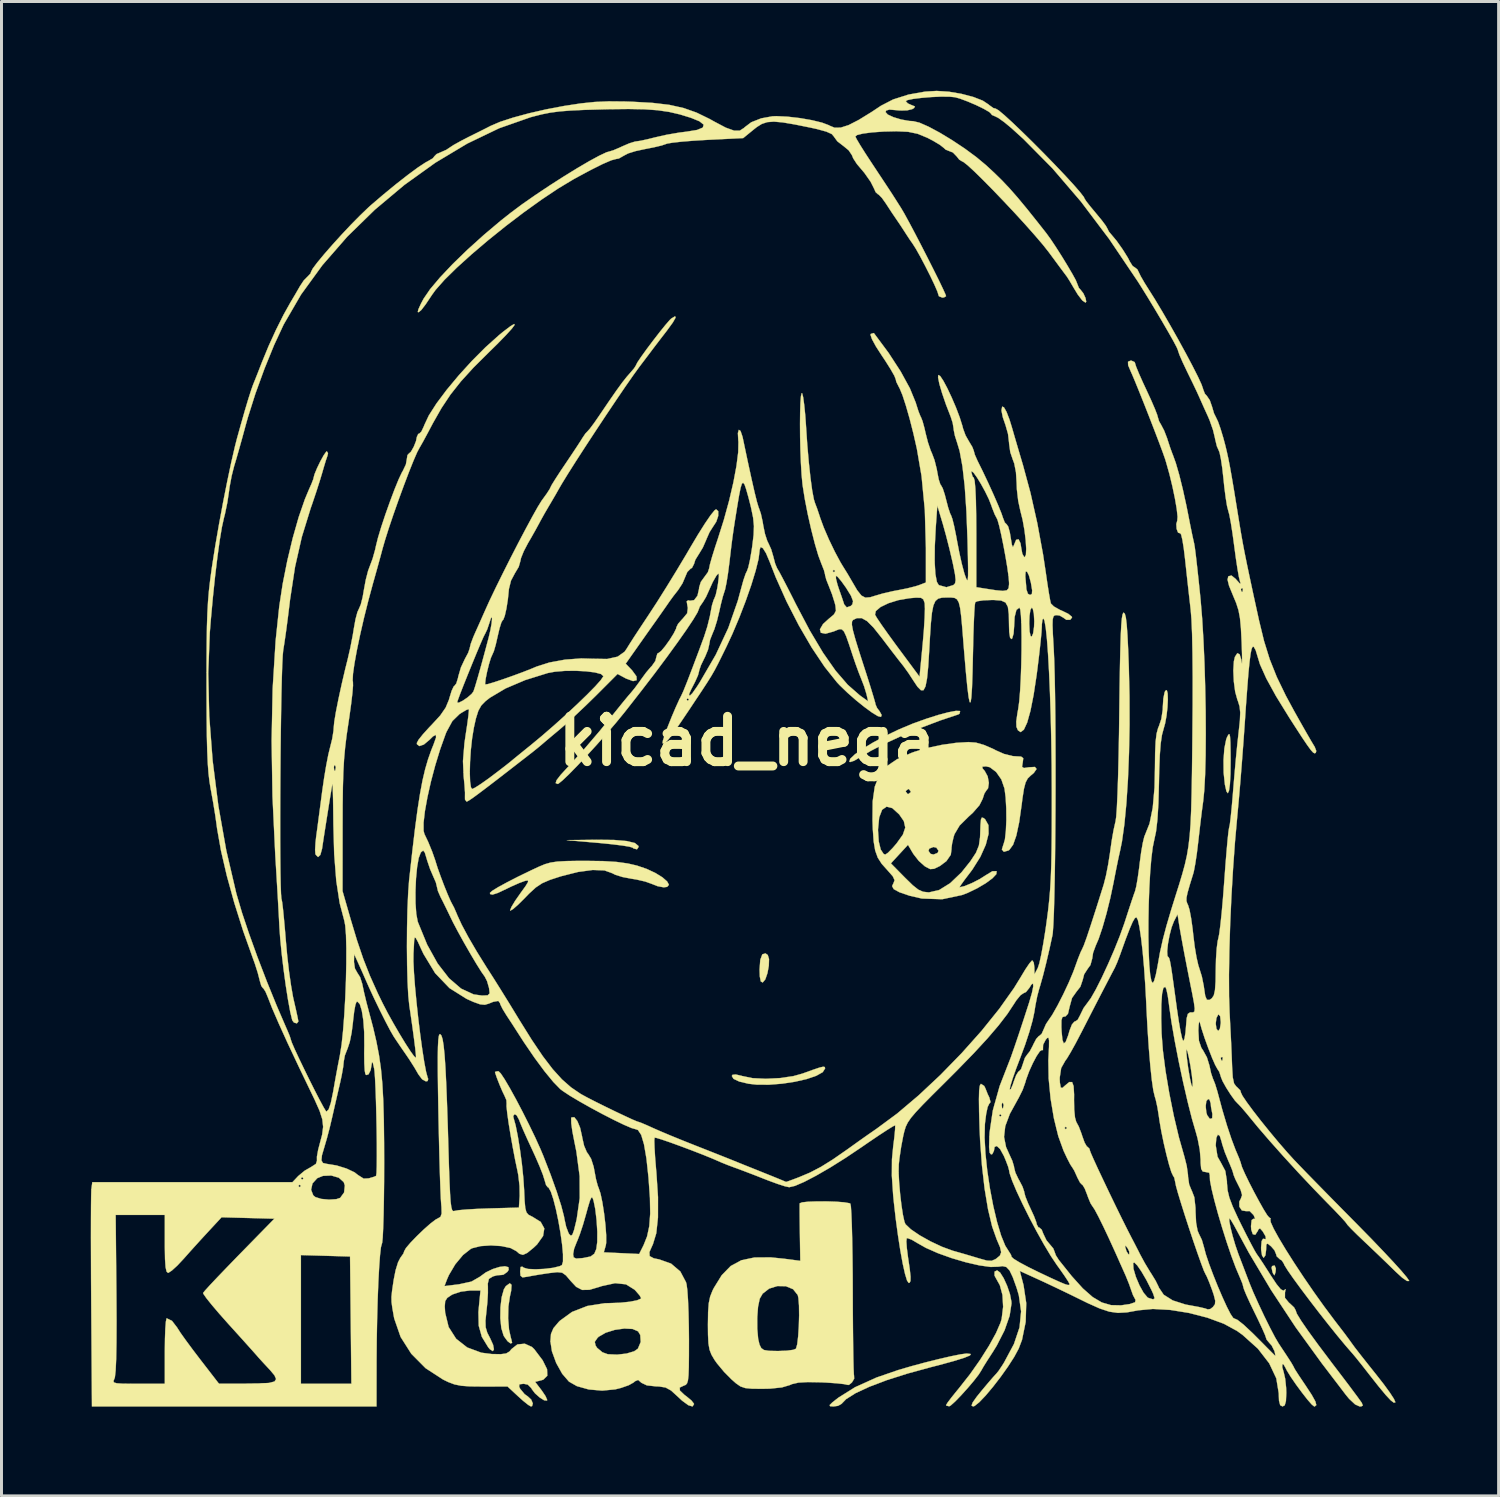
<source format=kicad_pcb>
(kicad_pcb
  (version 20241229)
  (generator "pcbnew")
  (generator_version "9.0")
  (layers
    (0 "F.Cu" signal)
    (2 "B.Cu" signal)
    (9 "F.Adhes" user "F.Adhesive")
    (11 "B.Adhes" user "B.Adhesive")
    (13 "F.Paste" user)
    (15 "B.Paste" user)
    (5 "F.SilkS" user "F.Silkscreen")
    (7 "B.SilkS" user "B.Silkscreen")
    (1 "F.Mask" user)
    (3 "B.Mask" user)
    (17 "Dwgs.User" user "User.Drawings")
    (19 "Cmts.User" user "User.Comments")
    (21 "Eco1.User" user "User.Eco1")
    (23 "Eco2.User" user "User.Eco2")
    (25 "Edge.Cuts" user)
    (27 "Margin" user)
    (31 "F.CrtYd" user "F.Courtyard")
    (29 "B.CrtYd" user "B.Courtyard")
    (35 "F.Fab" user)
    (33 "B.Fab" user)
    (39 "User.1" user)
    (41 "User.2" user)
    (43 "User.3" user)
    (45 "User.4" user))
  (footprint "kicad_nega"
    (layer "F.Cu")
    (at 22.045 21.849)
    (property "Reference" "kicad_nega" (at 0 0 0) (layer "F.SilkS") (effects (font (size 1.524 1.524) (thickness 0.3))))
    (attr through_hole)
    (fp_poly (pts (xy 17.769 17.718) (xy 17.758 17.837) (xy 17.723 17.946) (xy 17.68 17.896) (xy 17.656 17.84) (xy 17.624 17.691) (xy 17.643 17.635) (xy 17.726 17.616) (xy 17.769 17.718)) (stroke (width 0.01) (type solid)) (fill yes) (layer "F.SilkS"))
    (fp_poly (pts (xy 0.699 7.185) (xy 0.741 7.321) (xy 0.734 7.546) (xy 0.688 7.795) (xy 0.616 8.004) (xy 0.53 8.107) (xy 0.529 8.108) (xy 0.464 8.074) (xy 0.431 7.906) (xy 0.423 7.674) (xy 0.447 7.348) (xy 0.515 7.163) (xy 0.621 7.13) (xy 0.699 7.185)) (stroke (width 0.01) (type solid)) (fill yes) (layer "F.SilkS"))
    (fp_poly (pts (xy -4.47 3.32) (xy -4.038 3.357) (xy -3.765 3.423) (xy -3.647 3.521) (xy -3.641 3.554) (xy -3.696 3.635) (xy -3.813 3.604) (xy -3.845 3.577) (xy -3.949 3.546) (xy -4.188 3.507) (xy -4.527 3.465) (xy -4.932 3.424) (xy -4.981 3.42) (xy -6.054 3.326) (xy -5.064 3.314) (xy -4.47 3.32)) (stroke (width 0.01) (type solid)) (fill yes) (layer "F.SilkS"))
    (fp_poly (pts (xy 16.229 -0.153) (xy 16.241 0.046) (xy 16.247 0.384) (xy 16.249 0.651) (xy 16.244 1.105) (xy 16.225 1.447) (xy 16.194 1.666) (xy 16.154 1.75) (xy 16.108 1.688) (xy 16.058 1.468) (xy 16.056 1.459) (xy 16.014 1.059) (xy 16.01 0.634) (xy 16.039 0.242) (xy 16.1 -0.059) (xy 16.126 -0.127) (xy 16.174 -0.22) (xy 16.208 -0.235) (xy 16.229 -0.153)) (stroke (width 0.01) (type solid)) (fill yes) (layer "F.SilkS"))
    (fp_poly (pts (xy -7.909 18.266) (xy -7.923 18.469) (xy -7.965 18.66) (xy -8.015 18.996) (xy -8.024 19.39) (xy -7.994 19.769) (xy -7.928 20.063) (xy -7.918 20.087) (xy -7.89 20.216) (xy -7.943 20.235) (xy -8.042 20.161) (xy -8.155 20.008) (xy -8.178 19.966) (xy -8.253 19.719) (xy -8.287 19.386) (xy -8.282 19.022) (xy -8.241 18.68) (xy -8.166 18.415) (xy -8.1 18.308) (xy -7.968 18.213) (xy -7.909 18.266)) (stroke (width 0.01) (type solid)) (fill yes) (layer "F.SilkS"))
    (fp_poly (pts (xy 7.151 -1.013) (xy 7.161 -1.005) (xy 7.14 -0.919) (xy 7.096 -0.896) (xy 6.496 -0.696) (xy 5.862 -0.456) (xy 5.232 -0.193) (xy 4.649 0.075) (xy 4.15 0.331) (xy 3.793 0.546) (xy 3.598 0.66) (xy 3.465 0.703) (xy 3.439 0.693) (xy 3.469 0.592) (xy 3.631 0.439) (xy 3.899 0.25) (xy 4.25 0.039) (xy 4.658 -0.18) (xy 5.099 -0.391) (xy 5.549 -0.58) (xy 5.588 -0.595) (xy 6.019 -0.75) (xy 6.421 -0.878) (xy 6.764 -0.969) (xy 7.018 -1.017) (xy 7.151 -1.013)) (stroke (width 0.01) (type solid)) (fill yes) (layer "F.SilkS"))
    (fp_poly (pts (xy 2.613 10.948) (xy 2.625 10.991) (xy 2.625 10.995) (xy 2.545 11.121) (xy 2.329 11.242) (xy 2.008 11.352) (xy 1.614 11.442) (xy 1.18 11.508) (xy 0.738 11.543) (xy 0.32 11.54) (xy 0.052 11.51) (xy -0.257 11.437) (xy -0.451 11.346) (xy -0.509 11.25) (xy -0.486 11.21) (xy -0.377 11.199) (xy -0.185 11.243) (xy -0.161 11.251) (xy 0.187 11.322) (xy 0.633 11.344) (xy 1.115 11.32) (xy 1.57 11.251) (xy 1.863 11.169) (xy 2.215 11.042) (xy 2.438 10.967) (xy 2.561 10.938) (xy 2.613 10.948)) (stroke (width 0.01) (type solid)) (fill yes) (layer "F.SilkS"))
    (fp_poly (pts (xy 7.521 20.59) (xy 7.491 20.638) (xy 7.299 20.717) (xy 6.945 20.827) (xy 6.432 20.967) (xy 6.181 21.031) (xy 5.391 21.247) (xy 4.696 21.468) (xy 4.111 21.69) (xy 3.65 21.904) (xy 3.33 22.106) (xy 3.177 22.264) (xy 3.059 22.331) (xy 2.904 22.352) (xy 2.792 22.344) (xy 2.778 22.304) (xy 2.876 22.209) (xy 3.069 22.058) (xy 3.632 21.705) (xy 4.354 21.379) (xy 5.08 21.129) (xy 5.521 21) (xy 5.988 20.874) (xy 6.444 20.76) (xy 6.851 20.666) (xy 7.174 20.601) (xy 7.375 20.574) (xy 7.386 20.574) (xy 7.521 20.59)) (stroke (width 0.01) (type solid)) (fill yes) (layer "F.SilkS"))
    (fp_poly (pts (xy 8.505 17.854) (xy 8.625 18.045) (xy 8.742 18.303) (xy 8.836 18.581) (xy 8.884 18.829) (xy 8.887 18.893) (xy 8.824 19.307) (xy 8.654 19.793) (xy 8.392 20.307) (xy 8.253 20.532) (xy 8.081 20.797) (xy 7.946 21.013) (xy 7.876 21.136) (xy 7.874 21.14) (xy 7.786 21.279) (xy 7.623 21.489) (xy 7.416 21.733) (xy 7.197 21.976) (xy 6.998 22.182) (xy 6.85 22.315) (xy 6.795 22.347) (xy 6.696 22.322) (xy 6.689 22.306) (xy 6.739 22.224) (xy 6.873 22.047) (xy 7.065 21.809) (xy 7.127 21.734) (xy 7.492 21.27) (xy 7.834 20.784) (xy 8.133 20.31) (xy 8.369 19.882) (xy 8.521 19.531) (xy 8.556 19.412) (xy 8.606 19.004) (xy 8.584 18.606) (xy 8.495 18.277) (xy 8.424 18.151) (xy 8.317 17.957) (xy 8.318 17.822) (xy 8.404 17.78) (xy 8.505 17.854)) (stroke (width 0.01) (type solid)) (fill yes) (layer "F.SilkS"))
    (fp_poly (pts (xy -4.837 4.03) (xy -4.38 4.058) (xy -4.004 4.11) (xy -3.697 4.181) (xy -3.369 4.293) (xy -3.076 4.43) (xy -2.84 4.576) (xy -2.682 4.714) (xy -2.622 4.826) (xy -2.682 4.896) (xy -2.798 4.911) (xy -3.002 4.873) (xy -3.2 4.795) (xy -3.418 4.717) (xy -3.718 4.648) (xy -3.887 4.621) (xy -4.181 4.565) (xy -4.428 4.488) (xy -4.52 4.44) (xy -4.788 4.343) (xy -5.182 4.328) (xy -5.678 4.395) (xy -6.25 4.54) (xy -6.618 4.66) (xy -6.88 4.773) (xy -7.094 4.915) (xy -7.319 5.121) (xy -7.469 5.276) (xy -7.69 5.495) (xy -7.858 5.642) (xy -7.95 5.695) (xy -7.959 5.685) (xy -7.911 5.568) (xy -7.787 5.362) (xy -7.612 5.112) (xy -7.611 5.11) (xy -7.435 4.866) (xy -7.354 4.731) (xy -7.359 4.681) (xy -7.442 4.691) (xy -7.463 4.697) (xy -7.653 4.767) (xy -7.918 4.884) (xy -8.072 4.959) (xy -8.371 5.1) (xy -8.549 5.157) (xy -8.627 5.138) (xy -8.636 5.099) (xy -8.563 5.032) (xy -8.363 4.908) (xy -8.06 4.743) (xy -7.682 4.549) (xy -7.255 4.342) (xy -6.985 4.216) (xy -6.791 4.135) (xy -6.599 4.08) (xy -6.37 4.046) (xy -6.065 4.029) (xy -5.645 4.022) (xy -5.419 4.022) (xy -4.837 4.03)) (stroke (width 0.01) (type solid)) (fill yes) (layer "F.SilkS"))
    (fp_poly (pts (xy -14.075 -9.673) (xy -14.094 -9.588) (xy -14.15 -9.423) (xy -14.227 -9.167) (xy -14.27 -9.017) (xy -14.353 -8.741) (xy -14.472 -8.37) (xy -14.606 -7.971) (xy -14.655 -7.832) (xy -14.955 -6.861) (xy -15.183 -5.855) (xy -15.351 -4.751) (xy -15.367 -4.614) (xy -15.424 -4.151) (xy -15.485 -3.687) (xy -15.543 -3.284) (xy -15.581 -3.048) (xy -15.597 -2.873) (xy -15.613 -2.557) (xy -15.627 -2.121) (xy -15.64 -1.585) (xy -15.651 -0.97) (xy -15.661 -0.295) (xy -15.669 0.42) (xy -15.675 1.153) (xy -15.679 1.886) (xy -15.681 2.598) (xy -15.681 3.268) (xy -15.678 3.877) (xy -15.673 4.404) (xy -15.665 4.829) (xy -15.654 5.132) (xy -15.641 5.293) (xy -15.635 5.311) (xy -15.615 5.414) (xy -15.586 5.655) (xy -15.552 6.004) (xy -15.514 6.43) (xy -15.493 6.689) (xy -15.446 7.211) (xy -15.385 7.737) (xy -15.317 8.214) (xy -15.251 8.591) (xy -15.232 8.678) (xy -15.158 8.999) (xy -15.102 9.255) (xy -15.073 9.403) (xy -15.071 9.419) (xy -15.122 9.482) (xy -15.22 9.454) (xy -15.277 9.377) (xy -15.344 9.099) (xy -15.418 8.695) (xy -15.495 8.205) (xy -15.568 7.67) (xy -15.632 7.134) (xy -15.681 6.636) (xy -15.707 6.265) (xy -15.732 5.786) (xy -15.765 5.203) (xy -15.802 4.579) (xy -15.838 3.98) (xy -15.848 3.81) (xy -15.941 1.847) (xy -15.97 -0.014) (xy -15.935 -1.758) (xy -15.835 -3.371) (xy -15.713 -4.53) (xy -15.598 -5.284) (xy -15.443 -6.063) (xy -15.26 -6.825) (xy -15.06 -7.527) (xy -14.852 -8.128) (xy -14.724 -8.434) (xy -14.627 -8.654) (xy -14.569 -8.805) (xy -14.563 -8.835) (xy -14.528 -8.967) (xy -14.442 -9.175) (xy -14.33 -9.406) (xy -14.219 -9.606) (xy -14.135 -9.724) (xy -14.114 -9.737) (xy -14.075 -9.673)) (stroke (width 0.01) (type solid)) (fill yes) (layer "F.SilkS"))
    (fp_poly (pts (xy 2.989 15.472) (xy 3.26 15.493) (xy 3.438 15.523) (xy 3.473 15.537) (xy 3.491 15.63) (xy 3.507 15.872) (xy 3.522 16.243) (xy 3.535 16.724) (xy 3.545 17.295) (xy 3.552 17.935) (xy 3.554 18.434) (xy 3.556 19.111) (xy 3.561 19.733) (xy 3.567 20.28) (xy 3.574 20.732) (xy 3.582 21.068) (xy 3.591 21.27) (xy 3.597 21.321) (xy 3.601 21.419) (xy 3.526 21.546) (xy 3.426 21.628) (xy 3.378 21.627) (xy 3.261 21.601) (xy 3.016 21.574) (xy 2.687 21.551) (xy 2.486 21.541) (xy 2.042 21.533) (xy 1.729 21.551) (xy 1.512 21.601) (xy 1.437 21.634) (xy 1.173 21.712) (xy 0.77 21.754) (xy 0.512 21.759) (xy 0.17 21.756) (xy -0.056 21.734) (xy -0.219 21.679) (xy -0.371 21.573) (xy -0.52 21.442) (xy -0.771 21.188) (xy -1.006 20.906) (xy -1.091 20.786) (xy -1.193 20.613) (xy -1.258 20.444) (xy -1.294 20.236) (xy -1.309 19.941) (xy -1.312 19.6) (xy -1.308 19.362) (xy 0.345 19.362) (xy 0.346 19.744) (xy 0.376 20.082) (xy 0.421 20.272) (xy 0.479 20.39) (xy 0.57 20.455) (xy 0.737 20.483) (xy 1.027 20.489) (xy 1.051 20.489) (xy 1.34 20.478) (xy 1.555 20.449) (xy 1.646 20.412) (xy 1.688 20.263) (xy 1.72 19.993) (xy 1.742 19.654) (xy 1.752 19.294) (xy 1.748 18.963) (xy 1.728 18.711) (xy 1.706 18.61) (xy 1.549 18.412) (xy 1.305 18.312) (xy 1.022 18.307) (xy 0.746 18.392) (xy 0.526 18.563) (xy 0.429 18.732) (xy 0.372 19.002) (xy 0.345 19.362) (xy -1.308 19.362) (xy -1.306 19.183) (xy -1.284 18.886) (xy -1.237 18.661) (xy -1.157 18.458) (xy -1.114 18.373) (xy -0.848 17.942) (xy -0.547 17.634) (xy -0.187 17.439) (xy 0.259 17.346) (xy 0.814 17.345) (xy 1.255 17.39) (xy 1.791 17.46) (xy 1.777 16.54) (xy 1.772 16.157) (xy 1.769 15.833) (xy 1.769 15.609) (xy 1.771 15.528) (xy 1.851 15.495) (xy 2.057 15.473) (xy 2.344 15.463) (xy 2.669 15.462) (xy 2.989 15.472)) (stroke (width 0.01) (type solid)) (fill yes) (layer "F.SilkS"))
    (fp_poly (pts (xy 7.692 0.05) (xy 7.963 0.128) (xy 8.265 0.258) (xy 8.355 0.306) (xy 8.639 0.431) (xy 8.927 0.502) (xy 9.013 0.508) (xy 9.211 0.519) (xy 9.282 0.574) (xy 9.266 0.708) (xy 9.264 0.719) (xy 9.241 0.862) (xy 9.304 0.903) (xy 9.474 0.878) (xy 9.674 0.867) (xy 9.73 0.935) (xy 9.638 1.068) (xy 9.532 1.157) (xy 9.432 1.254) (xy 9.36 1.39) (xy 9.305 1.602) (xy 9.254 1.929) (xy 9.231 2.117) (xy 9.145 2.724) (xy 9.049 3.174) (xy 8.941 3.48) (xy 8.816 3.652) (xy 8.788 3.672) (xy 8.631 3.718) (xy 8.563 3.641) (xy 8.614 3.476) (xy 8.618 3.469) (xy 8.666 3.303) (xy 8.698 3.015) (xy 8.714 2.652) (xy 8.711 2.261) (xy 8.69 1.889) (xy 8.652 1.593) (xy 8.546 1.287) (xy 8.369 1.034) (xy 8.16 0.877) (xy 8.031 0.847) (xy 7.906 0.858) (xy 7.918 0.921) (xy 7.988 1.002) (xy 8.087 1.184) (xy 8.126 1.403) (xy 8.099 1.586) (xy 8.05 1.647) (xy 7.977 1.758) (xy 7.918 1.939) (xy 7.811 2.152) (xy 7.589 2.406) (xy 7.448 2.534) (xy 7.143 2.836) (xy 6.972 3.125) (xy 6.943 3.215) (xy 6.891 3.44) (xy 6.871 3.593) (xy 6.873 3.614) (xy 6.848 3.817) (xy 6.7 4.031) (xy 6.483 4.194) (xy 6.287 4.289) (xy 6.156 4.299) (xy 6.01 4.225) (xy 5.97 4.2) (xy 5.772 4.023) (xy 5.591 3.791) (xy 5.577 3.768) (xy 5.527 3.683) (xy 6.096 3.683) (xy 6.167 3.786) (xy 6.265 3.81) (xy 6.403 3.757) (xy 6.435 3.683) (xy 6.364 3.58) (xy 6.265 3.556) (xy 6.127 3.609) (xy 6.096 3.683) (xy 5.527 3.683) (xy 5.409 3.484) (xy 4.835 4.106) (xy 5.315 4.593) (xy 5.57 4.842) (xy 5.756 4.989) (xy 5.916 5.06) (xy 6.092 5.08) (xy 6.121 5.08) (xy 6.458 5.001) (xy 6.825 4.773) (xy 7.207 4.409) (xy 7.507 4.034) (xy 7.694 3.749) (xy 7.792 3.507) (xy 7.83 3.231) (xy 7.834 3.133) (xy 7.845 2.813) (xy 7.861 2.633) (xy 7.892 2.566) (xy 7.947 2.583) (xy 8.001 2.625) (xy 8.112 2.821) (xy 8.117 3.115) (xy 8.023 3.48) (xy 7.84 3.889) (xy 7.573 4.313) (xy 7.49 4.424) (xy 7.311 4.659) (xy 7.187 4.832) (xy 7.141 4.909) (xy 7.142 4.911) (xy 7.311 4.87) (xy 7.558 4.768) (xy 7.82 4.634) (xy 8.026 4.503) (xy 8.246 4.37) (xy 8.38 4.368) (xy 8.387 4.374) (xy 8.378 4.468) (xy 8.246 4.608) (xy 8.021 4.774) (xy 7.735 4.943) (xy 7.42 5.095) (xy 7.228 5.169) (xy 6.56 5.311) (xy 5.876 5.288) (xy 5.461 5.193) (xy 5.121 5.076) (xy 4.931 4.972) (xy 4.875 4.87) (xy 4.923 4.769) (xy 4.959 4.671) (xy 4.9 4.542) (xy 4.727 4.345) (xy 4.718 4.335) (xy 4.527 4.122) (xy 4.394 3.915) (xy 4.308 3.676) (xy 4.256 3.367) (xy 4.231 3.006) (xy 4.403 3.006) (xy 4.427 3.371) (xy 4.494 3.643) (xy 4.593 3.792) (xy 4.649 3.81) (xy 4.738 3.749) (xy 4.892 3.593) (xy 5.027 3.436) (xy 5.238 3.141) (xy 5.318 2.905) (xy 5.27 2.687) (xy 5.115 2.462) (xy 4.884 2.251) (xy 4.69 2.201) (xy 4.54 2.306) (xy 4.442 2.561) (xy 4.403 2.96) (xy 4.403 3.006) (xy 4.231 3.006) (xy 4.227 2.949) (xy 4.217 2.653) (xy 4.223 2.024) (xy 4.27 1.693) (xy 5.334 1.693) (xy 5.398 1.776) (xy 5.419 1.778) (xy 5.501 1.714) (xy 5.503 1.693) (xy 5.439 1.611) (xy 5.419 1.609) (xy 5.336 1.673) (xy 5.334 1.693) (xy 4.27 1.693) (xy 4.293 1.532) (xy 4.441 1.149) (xy 4.686 0.849) (xy 5.043 0.607) (xy 5.528 0.394) (xy 5.63 0.357) (xy 6.069 0.227) (xy 6.552 0.124) (xy 7.027 0.057) (xy 7.439 0.032) (xy 7.692 0.05)) (stroke (width 0.01) (type solid)) (fill yes) (layer "F.SilkS"))
    (fp_poly (pts (xy 6.782 -21.818) (xy 7.207 -21.746) (xy 7.602 -21.642) (xy 7.923 -21.517) (xy 8.123 -21.384) (xy 8.133 -21.372) (xy 8.278 -21.268) (xy 8.353 -21.251) (xy 8.453 -21.193) (xy 8.648 -21.03) (xy 8.917 -20.784) (xy 9.24 -20.475) (xy 9.597 -20.125) (xy 9.968 -19.752) (xy 10.332 -19.378) (xy 10.669 -19.024) (xy 10.958 -18.71) (xy 11.18 -18.456) (xy 11.315 -18.283) (xy 11.345 -18.22) (xy 11.396 -18.14) (xy 11.53 -17.969) (xy 11.718 -17.743) (xy 11.726 -17.733) (xy 11.917 -17.502) (xy 12.053 -17.32) (xy 12.107 -17.224) (xy 12.107 -17.223) (xy 12.16 -17.117) (xy 12.237 -17.025) (xy 12.418 -16.808) (xy 12.62 -16.523) (xy 12.794 -16.245) (xy 12.865 -16.108) (xy 12.957 -15.962) (xy 13.027 -15.917) (xy 13.115 -15.849) (xy 13.155 -15.769) (xy 13.23 -15.615) (xy 13.363 -15.386) (xy 13.455 -15.24) (xy 13.689 -14.869) (xy 13.949 -14.437) (xy 14.22 -13.969) (xy 14.49 -13.491) (xy 14.744 -13.027) (xy 14.968 -12.604) (xy 15.149 -12.247) (xy 15.272 -11.981) (xy 15.324 -11.831) (xy 15.325 -11.821) (xy 15.384 -11.671) (xy 15.446 -11.604) (xy 15.549 -11.453) (xy 15.625 -11.234) (xy 15.69 -11.013) (xy 15.765 -10.862) (xy 15.826 -10.734) (xy 15.911 -10.492) (xy 16.004 -10.184) (xy 16.015 -10.142) (xy 16.072 -9.928) (xy 16.122 -9.72) (xy 16.172 -9.492) (xy 16.225 -9.22) (xy 16.286 -8.878) (xy 16.36 -8.44) (xy 16.451 -7.88) (xy 16.541 -7.324) (xy 16.595 -7.001) (xy 16.651 -6.683) (xy 16.716 -6.342) (xy 16.795 -5.951) (xy 16.894 -5.481) (xy 17.017 -4.906) (xy 17.172 -4.198) (xy 17.201 -4.064) (xy 17.371 -3.364) (xy 17.563 -2.747) (xy 17.8 -2.154) (xy 18.103 -1.528) (xy 18.38 -1.016) (xy 18.6 -0.624) (xy 18.798 -0.276) (xy 18.955 -0.004) (xy 19.054 0.161) (xy 19.071 0.186) (xy 19.126 0.329) (xy 19.109 0.393) (xy 19.073 0.41) (xy 19.022 0.384) (xy 18.943 0.297) (xy 18.821 0.13) (xy 18.644 -0.132) (xy 18.399 -0.51) (xy 18.21 -0.804) (xy 17.773 -1.513) (xy 17.447 -2.107) (xy 17.234 -2.582) (xy 17.15 -2.857) (xy 17.089 -3.057) (xy 17.025 -3.17) (xy 17.021 -3.173) (xy 16.985 -3.167) (xy 16.952 -3.093) (xy 16.919 -2.935) (xy 16.886 -2.679) (xy 16.849 -2.309) (xy 16.809 -1.811) (xy 16.762 -1.171) (xy 16.723 -0.593) (xy 16.677 0.056) (xy 16.625 0.739) (xy 16.572 1.406) (xy 16.52 2.009) (xy 16.475 2.497) (xy 16.471 2.54) (xy 16.396 3.375) (xy 16.331 4.276) (xy 16.276 5.208) (xy 16.234 6.137) (xy 16.206 7.03) (xy 16.193 7.853) (xy 16.196 8.573) (xy 16.214 9.119) (xy 16.24 9.621) (xy 16.265 10.119) (xy 16.284 10.56) (xy 16.297 10.896) (xy 16.299 10.954) (xy 16.32 11.294) (xy 16.364 11.5) (xy 16.44 11.605) (xy 16.455 11.614) (xy 16.574 11.734) (xy 16.595 11.807) (xy 16.647 11.916) (xy 16.79 12.128) (xy 17.003 12.417) (xy 17.267 12.757) (xy 17.561 13.121) (xy 17.865 13.486) (xy 18.158 13.824) (xy 18.368 14.055) (xy 18.542 14.237) (xy 18.815 14.52) (xy 19.168 14.881) (xy 19.579 15.3) (xy 20.029 15.757) (xy 20.498 16.231) (xy 20.543 16.277) (xy 20.984 16.727) (xy 21.381 17.142) (xy 21.721 17.505) (xy 21.988 17.8) (xy 22.167 18.013) (xy 22.245 18.126) (xy 22.247 18.137) (xy 22.175 18.137) (xy 22.015 18.027) (xy 21.792 17.823) (xy 21.789 17.82) (xy 21.527 17.564) (xy 21.199 17.248) (xy 20.864 16.929) (xy 20.758 16.829) (xy 20.5 16.583) (xy 20.297 16.381) (xy 20.174 16.25) (xy 20.151 16.216) (xy 20.095 16.142) (xy 19.943 15.975) (xy 19.72 15.741) (xy 19.494 15.511) (xy 19.022 15.024) (xy 18.519 14.49) (xy 18.02 13.945) (xy 17.557 13.425) (xy 17.162 12.966) (xy 16.978 12.742) (xy 16.774 12.494) (xy 16.608 12.3) (xy 16.51 12.196) (xy 16.501 12.189) (xy 16.396 12.078) (xy 16.251 11.877) (xy 16.1 11.641) (xy 15.979 11.424) (xy 15.92 11.279) (xy 15.919 11.267) (xy 15.866 11.106) (xy 15.804 11.013) (xy 15.729 10.877) (xy 15.638 10.668) (xy 15.917 10.668) (xy 15.948 10.738) (xy 15.974 10.724) (xy 15.984 10.624) (xy 15.974 10.612) (xy 15.923 10.623) (xy 15.917 10.668) (xy 15.638 10.668) (xy 15.62 10.627) (xy 15.496 10.309) (xy 15.374 9.972) (xy 15.273 9.662) (xy 15.225 9.488) (xy 15.748 9.488) (xy 15.773 9.664) (xy 15.833 9.737) (xy 15.888 9.662) (xy 15.916 9.479) (xy 15.917 9.435) (xy 15.897 9.243) (xy 15.844 9.181) (xy 15.833 9.186) (xy 15.772 9.301) (xy 15.748 9.488) (xy 15.225 9.488) (xy 15.212 9.44) (xy 15.191 9.421) (xy 15.173 9.543) (xy 15.165 9.723) (xy 15.184 10.066) (xy 15.266 10.305) (xy 15.322 10.388) (xy 15.452 10.623) (xy 15.537 10.898) (xy 15.539 10.909) (xy 15.592 11.155) (xy 15.655 11.342) (xy 15.662 11.355) (xy 15.728 11.52) (xy 15.804 11.769) (xy 15.829 11.863) (xy 15.97 12.388) (xy 16.124 12.906) (xy 16.277 13.367) (xy 16.411 13.723) (xy 16.435 13.779) (xy 16.53 14.003) (xy 16.587 14.159) (xy 16.595 14.192) (xy 16.632 14.312) (xy 16.73 14.535) (xy 16.87 14.824) (xy 17.034 15.143) (xy 17.203 15.457) (xy 17.356 15.729) (xy 17.476 15.922) (xy 17.543 16.002) (xy 17.546 16.002) (xy 17.597 16.037) (xy 17.584 16.057) (xy 17.595 16.159) (xy 17.693 16.377) (xy 17.866 16.691) (xy 18.1 17.081) (xy 18.383 17.527) (xy 18.701 18.008) (xy 19.042 18.505) (xy 19.393 18.996) (xy 19.741 19.462) (xy 19.854 19.609) (xy 20.054 19.869) (xy 20.227 20.102) (xy 20.32 20.232) (xy 20.42 20.369) (xy 20.603 20.605) (xy 20.842 20.908) (xy 21.112 21.247) (xy 21.138 21.279) (xy 21.393 21.605) (xy 21.597 21.886) (xy 21.734 22.096) (xy 21.783 22.207) (xy 21.782 22.215) (xy 21.73 22.224) (xy 21.627 22.145) (xy 21.461 21.967) (xy 21.221 21.678) (xy 20.895 21.264) (xy 20.852 21.209) (xy 20.645 20.944) (xy 20.466 20.721) (xy 20.35 20.582) (xy 20.343 20.574) (xy 20.113 20.31) (xy 19.835 19.975) (xy 19.528 19.593) (xy 19.208 19.186) (xy 18.895 18.778) (xy 18.605 18.393) (xy 18.357 18.054) (xy 18.168 17.783) (xy 18.057 17.605) (xy 18.034 17.55) (xy 17.966 17.444) (xy 17.907 17.411) (xy 17.794 17.305) (xy 17.78 17.245) (xy 17.722 17.105) (xy 17.611 16.976) (xy 17.494 16.881) (xy 17.449 16.908) (xy 17.441 17.081) (xy 17.441 17.09) (xy 17.418 17.273) (xy 17.361 17.356) (xy 17.357 17.357) (xy 17.304 17.281) (xy 17.274 17.093) (xy 17.272 17.013) (xy 17.29 16.798) (xy 17.338 16.717) (xy 17.357 16.722) (xy 17.432 16.731) (xy 17.422 16.636) (xy 17.33 16.475) (xy 17.328 16.472) (xy 17.236 16.368) (xy 17.183 16.403) (xy 17.161 16.456) (xy 17.075 16.585) (xy 16.993 16.564) (xy 16.941 16.41) (xy 16.933 16.293) (xy 16.955 16.09) (xy 17.018 16.045) (xy 17.026 16.05) (xy 17.073 16.047) (xy 17.021 15.923) (xy 16.888 15.788) (xy 16.766 15.79) (xy 16.626 15.767) (xy 16.542 15.64) (xy 16.54 15.471) (xy 16.592 15.37) (xy 16.634 15.251) (xy 16.583 15.07) (xy 16.514 14.931) (xy 16.407 14.717) (xy 16.346 14.566) (xy 16.341 14.538) (xy 16.308 14.426) (xy 16.225 14.219) (xy 16.169 14.092) (xy 16.053 13.808) (xy 15.966 13.541) (xy 15.947 13.462) (xy 15.884 13.261) (xy 15.819 13.219) (xy 15.769 13.327) (xy 15.748 13.576) (xy 15.748 13.578) (xy 15.809 13.961) (xy 15.934 14.183) (xy 16.07 14.439) (xy 16.124 14.78) (xy 16.126 14.856) (xy 16.146 15.088) (xy 16.205 15.335) (xy 16.318 15.633) (xy 16.497 16.023) (xy 16.593 16.219) (xy 16.776 16.584) (xy 16.938 16.896) (xy 17.059 17.122) (xy 17.124 17.229) (xy 17.124 17.23) (xy 17.2 17.337) (xy 17.34 17.548) (xy 17.518 17.825) (xy 17.586 17.933) (xy 17.792 18.244) (xy 17.934 18.416) (xy 18.024 18.462) (xy 18.053 18.441) (xy 18.097 18.408) (xy 18.075 18.524) (xy 18.074 18.702) (xy 18.205 18.863) (xy 18.237 18.889) (xy 18.381 19.025) (xy 18.435 19.124) (xy 18.435 19.128) (xy 18.474 19.238) (xy 18.617 19.472) (xy 18.857 19.821) (xy 19.19 20.278) (xy 19.611 20.837) (xy 19.622 20.853) (xy 19.85 21.152) (xy 20.042 21.404) (xy 20.173 21.577) (xy 20.215 21.632) (xy 20.301 21.748) (xy 20.445 21.941) (xy 20.515 22.035) (xy 20.652 22.226) (xy 20.691 22.32) (xy 20.639 22.35) (xy 20.584 22.352) (xy 20.431 22.283) (xy 20.23 22.095) (xy 20.111 21.95) (xy 19.915 21.692) (xy 19.661 21.36) (xy 19.397 21.013) (xy 19.32 20.913) (xy 18.435 19.694) (xy 17.605 18.436) (xy 16.863 17.19) (xy 16.506 16.53) (xy 16.367 16.273) (xy 16.261 16.093) (xy 16.207 16.024) (xy 16.205 16.025) (xy 16.204 16.124) (xy 16.244 16.338) (xy 16.315 16.621) (xy 16.405 16.928) (xy 16.503 17.212) (xy 16.509 17.23) (xy 16.629 17.542) (xy 16.773 17.92) (xy 16.884 18.21) (xy 17.012 18.521) (xy 17.185 18.905) (xy 17.378 19.315) (xy 17.571 19.705) (xy 17.741 20.029) (xy 17.862 20.235) (xy 17.96 20.383) (xy 18.104 20.6) (xy 18.159 20.684) (xy 18.287 20.882) (xy 18.363 21.014) (xy 18.373 21.038) (xy 18.417 21.118) (xy 18.535 21.302) (xy 18.704 21.554) (xy 18.754 21.628) (xy 18.974 21.963) (xy 19.096 22.183) (xy 19.128 22.306) (xy 19.075 22.351) (xy 19.057 22.352) (xy 18.975 22.287) (xy 18.828 22.119) (xy 18.644 21.883) (xy 18.449 21.619) (xy 18.272 21.362) (xy 18.141 21.15) (xy 18.09 21.049) (xy 18.025 20.937) (xy 17.987 20.931) (xy 17.983 21.032) (xy 18.032 21.203) (xy 18.082 21.421) (xy 18.113 21.721) (xy 18.119 21.892) (xy 18.107 22.171) (xy 18.066 22.314) (xy 17.992 22.352) (xy 17.914 22.309) (xy 17.874 22.157) (xy 17.865 21.906) (xy 17.783 21.407) (xy 17.545 20.902) (xy 17.165 20.411) (xy 16.653 19.951) (xy 16.468 19.817) (xy 16.023 19.574) (xy 15.467 19.369) (xy 14.85 19.21) (xy 14.223 19.109) (xy 13.638 19.076) (xy 13.144 19.122) (xy 13.131 19.125) (xy 12.766 19.191) (xy 12.462 19.208) (xy 12.172 19.167) (xy 11.848 19.059) (xy 11.442 18.877) (xy 11.271 18.793) (xy 10.841 18.582) (xy 10.389 18.365) (xy 9.981 18.172) (xy 9.787 18.083) (xy 9.165 17.799) (xy 9.291 18.276) (xy 9.382 18.879) (xy 9.363 19.514) (xy 9.24 20.115) (xy 9.128 20.409) (xy 8.978 20.687) (xy 8.768 21.013) (xy 8.523 21.358) (xy 8.265 21.692) (xy 8.018 21.986) (xy 7.804 22.21) (xy 7.646 22.336) (xy 7.597 22.352) (xy 7.545 22.322) (xy 7.582 22.219) (xy 7.72 22.024) (xy 7.883 21.823) (xy 8.094 21.571) (xy 8.265 21.373) (xy 8.366 21.262) (xy 8.377 21.251) (xy 8.452 21.159) (xy 8.576 20.974) (xy 8.64 20.871) (xy 8.969 20.255) (xy 9.157 19.694) (xy 9.21 19.158) (xy 9.133 18.616) (xy 9.061 18.373) (xy 8.93 18.009) (xy 8.822 17.783) (xy 8.713 17.667) (xy 8.583 17.637) (xy 8.453 17.656) (xy 8.185 17.665) (xy 7.806 17.612) (xy 7.358 17.509) (xy 6.881 17.369) (xy 6.419 17.204) (xy 6.011 17.024) (xy 5.735 16.868) (xy 5.535 16.75) (xy 5.396 16.698) (xy 5.367 16.703) (xy 5.355 16.804) (xy 5.37 17.026) (xy 5.408 17.322) (xy 5.411 17.345) (xy 5.469 17.739) (xy 5.496 17.994) (xy 5.493 18.138) (xy 5.461 18.197) (xy 5.434 18.203) (xy 5.378 18.123) (xy 5.31 17.899) (xy 5.233 17.556) (xy 5.153 17.118) (xy 5.074 16.61) (xy 4.999 16.057) (xy 4.934 15.483) (xy 4.911 15.251) (xy 4.867 14.599) (xy 4.868 14.484) (xy 5.095 14.484) (xy 5.112 14.827) (xy 5.145 15.209) (xy 5.189 15.586) (xy 5.239 15.912) (xy 5.29 16.144) (xy 5.324 16.227) (xy 5.507 16.401) (xy 5.805 16.604) (xy 6.17 16.808) (xy 6.556 16.989) (xy 6.916 17.121) (xy 6.96 17.133) (xy 7.311 17.233) (xy 7.674 17.341) (xy 7.806 17.381) (xy 8.059 17.451) (xy 8.219 17.459) (xy 8.346 17.405) (xy 8.377 17.384) (xy 8.499 17.282) (xy 8.54 17.17) (xy 8.502 17.001) (xy 8.389 16.737) (xy 8.236 16.305) (xy 8.099 15.73) (xy 7.984 15.038) (xy 7.894 14.255) (xy 7.832 13.407) (xy 7.815 13.018) (xy 7.798 12.447) (xy 7.793 12.028) (xy 7.8 11.744) (xy 7.821 11.579) (xy 7.854 11.517) (xy 7.863 11.515) (xy 7.97 11.584) (xy 8.01 11.663) (xy 8.09 11.865) (xy 8.142 11.971) (xy 8.183 12.127) (xy 8.136 12.187) (xy 8.085 12.294) (xy 8.036 12.523) (xy 7.997 12.828) (xy 7.993 12.874) (xy 7.983 13.325) (xy 8.012 13.858) (xy 8.074 14.44) (xy 8.164 15.038) (xy 8.275 15.621) (xy 8.402 16.156) (xy 8.538 16.61) (xy 8.677 16.951) (xy 8.777 17.109) (xy 8.87 17.257) (xy 8.89 17.327) (xy 8.962 17.393) (xy 9.158 17.513) (xy 9.449 17.668) (xy 9.8 17.841) (xy 10.217 18.038) (xy 10.506 18.169) (xy 10.688 18.245) (xy 10.789 18.273) (xy 10.83 18.264) (xy 10.837 18.236) (xy 10.791 18.149) (xy 10.667 17.96) (xy 10.488 17.705) (xy 10.413 17.602) (xy 10.208 17.295) (xy 9.975 16.906) (xy 9.728 16.464) (xy 9.483 16) (xy 9.255 15.542) (xy 9.058 15.122) (xy 8.909 14.769) (xy 8.822 14.513) (xy 8.805 14.415) (xy 8.773 14.293) (xy 8.691 14.078) (xy 8.631 13.936) (xy 8.505 13.707) (xy 8.394 13.602) (xy 8.319 13.633) (xy 8.297 13.763) (xy 8.243 13.873) (xy 8.2 13.885) (xy 8.153 13.827) (xy 8.134 13.64) (xy 8.142 13.309) (xy 8.142 13.297) (xy 8.636 13.297) (xy 8.704 13.637) (xy 8.807 13.866) (xy 8.914 14.099) (xy 8.971 14.291) (xy 8.975 14.327) (xy 9.017 14.493) (xy 9.121 14.713) (xy 9.144 14.751) (xy 9.256 14.965) (xy 9.314 15.135) (xy 9.316 15.155) (xy 9.353 15.299) (xy 9.446 15.531) (xy 9.527 15.706) (xy 9.643 15.959) (xy 9.719 16.159) (xy 9.736 16.235) (xy 9.789 16.333) (xy 9.82 16.341) (xy 9.901 16.412) (xy 9.954 16.546) (xy 10.06 16.768) (xy 10.168 16.898) (xy 10.291 17.044) (xy 10.329 17.141) (xy 10.377 17.274) (xy 10.477 17.431) (xy 10.912 17.975) (xy 11.283 18.386) (xy 11.613 18.676) (xy 11.922 18.859) (xy 12.232 18.948) (xy 12.565 18.955) (xy 12.86 18.912) (xy 13.039 18.851) (xy 13.055 18.77) (xy 13.05 18.764) (xy 12.969 18.612) (xy 12.913 18.457) (xy 12.84 18.247) (xy 12.731 17.977) (xy 12.691 17.886) (xy 12.547 17.563) (xy 12.534 17.534) (xy 12.974 17.534) (xy 12.986 17.73) (xy 13.065 17.998) (xy 13.186 18.284) (xy 13.324 18.531) (xy 13.455 18.686) (xy 13.491 18.707) (xy 13.646 18.754) (xy 13.695 18.716) (xy 13.648 18.569) (xy 13.592 18.445) (xy 13.42 18.105) (xy 13.254 17.82) (xy 13.113 17.615) (xy 13.013 17.515) (xy 12.974 17.534) (xy 12.534 17.534) (xy 12.397 17.226) (xy 12.37 17.166) (xy 12.29 16.99) (xy 12.706 16.99) (xy 12.753 17.142) (xy 12.816 17.239) (xy 12.845 17.24) (xy 12.841 17.145) (xy 12.795 17.046) (xy 12.72 16.946) (xy 12.706 16.99) (xy 12.29 16.99) (xy 12.164 16.714) (xy 11.972 16.307) (xy 11.807 15.973) (xy 11.681 15.737) (xy 11.609 15.628) (xy 11.605 15.625) (xy 11.543 15.527) (xy 11.461 15.329) (xy 11.431 15.244) (xy 11.349 15.034) (xy 11.277 14.913) (xy 11.257 14.901) (xy 11.189 14.831) (xy 11.099 14.659) (xy 11.085 14.626) (xy 10.996 14.43) (xy 10.925 14.314) (xy 10.92 14.309) (xy 10.859 14.215) (xy 10.754 14.011) (xy 10.635 13.758) (xy 10.459 13.271) (xy 10.391 12.996) (xy 10.668 12.996) (xy 10.71 13.039) (xy 10.753 12.996) (xy 10.71 12.954) (xy 10.668 12.996) (xy 10.391 12.996) (xy 10.311 12.669) (xy 10.2 12.007) (xy 10.136 11.339) (xy 10.135 11.318) (xy 10.505 11.318) (xy 10.513 11.478) (xy 10.542 11.638) (xy 10.597 11.651) (xy 10.683 11.573) (xy 10.829 11.453) (xy 10.923 11.454) (xy 10.973 11.589) (xy 10.99 11.872) (xy 10.988 12.059) (xy 10.994 12.38) (xy 11.02 12.642) (xy 11.062 12.792) (xy 11.067 12.8) (xy 11.147 12.948) (xy 11.237 13.183) (xy 11.265 13.271) (xy 11.344 13.489) (xy 11.419 13.617) (xy 11.443 13.631) (xy 11.51 13.698) (xy 11.515 13.735) (xy 11.55 13.832) (xy 11.647 14.053) (xy 11.792 14.369) (xy 11.973 14.752) (xy 12.174 15.175) (xy 12.383 15.608) (xy 12.587 16.024) (xy 12.772 16.395) (xy 12.924 16.692) (xy 12.962 16.764) (xy 13.04 16.914) (xy 13.158 17.144) (xy 13.21 17.248) (xy 13.371 17.544) (xy 13.546 17.834) (xy 13.587 17.896) (xy 13.728 18.126) (xy 13.828 18.329) (xy 13.84 18.362) (xy 14 18.598) (xy 14.305 18.79) (xy 14.736 18.928) (xy 14.899 18.958) (xy 15.182 19.01) (xy 15.393 19.059) (xy 15.479 19.091) (xy 15.567 19.078) (xy 15.654 19.011) (xy 15.722 18.919) (xy 15.732 18.801) (xy 15.683 18.606) (xy 15.626 18.437) (xy 15.528 18.175) (xy 15.443 17.976) (xy 15.405 17.907) (xy 15.35 17.79) (xy 15.257 17.543) (xy 15.135 17.2) (xy 14.995 16.793) (xy 14.849 16.355) (xy 14.707 15.918) (xy 14.58 15.515) (xy 14.478 15.179) (xy 14.412 14.941) (xy 14.393 14.842) (xy 14.355 14.665) (xy 14.315 14.601) (xy 14.257 14.478) (xy 14.18 14.229) (xy 14.092 13.892) (xy 14.002 13.507) (xy 13.921 13.113) (xy 13.858 12.75) (xy 13.839 12.615) (xy 13.791 12.311) (xy 13.733 12.046) (xy 13.701 11.941) (xy 13.652 11.736) (xy 13.601 11.386) (xy 13.551 10.913) (xy 13.503 10.341) (xy 13.459 9.693) (xy 13.44 9.338) (xy 13.917 9.338) (xy 13.929 9.817) (xy 13.973 10.394) (xy 14.062 11.082) (xy 14.188 11.831) (xy 14.341 12.592) (xy 14.512 13.314) (xy 14.692 13.948) (xy 14.697 13.964) (xy 14.774 14.27) (xy 14.816 14.571) (xy 14.819 14.641) (xy 14.856 14.895) (xy 14.94 15.099) (xy 14.946 15.108) (xy 15.029 15.322) (xy 15.068 15.678) (xy 15.071 15.83) (xy 15.089 16.178) (xy 15.139 16.447) (xy 15.185 16.555) (xy 15.283 16.758) (xy 15.353 17) (xy 15.415 17.235) (xy 15.522 17.554) (xy 15.66 17.922) (xy 15.815 18.309) (xy 15.974 18.68) (xy 16.122 19.004) (xy 16.247 19.247) (xy 16.334 19.376) (xy 16.355 19.389) (xy 16.477 19.442) (xy 16.686 19.606) (xy 16.988 19.889) (xy 17.265 20.166) (xy 17.487 20.391) (xy 17.657 20.561) (xy 17.745 20.648) (xy 17.751 20.653) (xy 17.744 20.589) (xy 17.721 20.492) (xy 17.627 20.303) (xy 17.559 20.228) (xy 17.458 20.107) (xy 17.441 20.056) (xy 17.406 19.953) (xy 17.31 19.734) (xy 17.171 19.437) (xy 17.06 19.21) (xy 16.9 18.878) (xy 16.773 18.6) (xy 16.696 18.412) (xy 16.679 18.355) (xy 16.646 18.227) (xy 16.564 18.027) (xy 16.554 18.004) (xy 16.421 17.691) (xy 16.272 17.29) (xy 16.117 16.833) (xy 15.964 16.349) (xy 15.823 15.871) (xy 15.702 15.426) (xy 15.61 15.047) (xy 15.556 14.763) (xy 15.549 14.605) (xy 15.552 14.596) (xy 15.528 14.499) (xy 15.418 14.478) (xy 15.312 14.458) (xy 15.259 14.37) (xy 15.241 14.172) (xy 15.24 14.055) (xy 15.212 13.726) (xy 15.139 13.349) (xy 15.083 13.145) (xy 14.95 12.688) (xy 14.843 12.267) (xy 15.411 12.267) (xy 15.433 12.474) (xy 15.461 12.566) (xy 15.551 12.69) (xy 15.629 12.67) (xy 15.636 12.524) (xy 15.632 12.509) (xy 15.59 12.29) (xy 15.58 12.171) (xy 15.539 12.045) (xy 15.494 12.023) (xy 15.432 12.095) (xy 15.411 12.267) (xy 14.843 12.267) (xy 14.803 12.107) (xy 14.651 11.448) (xy 14.504 10.756) (xy 14.444 10.447) (xy 14.761 10.447) (xy 14.781 10.665) (xy 14.82 10.966) (xy 14.833 11.048) (xy 14.884 11.341) (xy 14.93 11.542) (xy 14.962 11.618) (xy 14.968 11.61) (xy 14.971 11.483) (xy 14.948 11.24) (xy 14.903 10.933) (xy 14.9 10.915) (xy 14.847 10.63) (xy 14.799 10.429) (xy 14.767 10.352) (xy 14.765 10.353) (xy 14.761 10.447) (xy 14.444 10.447) (xy 14.372 10.075) (xy 14.263 9.449) (xy 14.187 8.924) (xy 14.175 8.825) (xy 14.135 8.542) (xy 14.09 8.335) (xy 14.053 8.254) (xy 13.989 8.291) (xy 13.945 8.49) (xy 13.921 8.841) (xy 13.917 9.338) (xy 13.44 9.338) (xy 13.422 8.994) (xy 13.414 8.805) (xy 13.381 8.186) (xy 13.34 7.597) (xy 13.292 7.062) (xy 13.239 6.603) (xy 13.185 6.244) (xy 13.132 6.007) (xy 13.083 5.916) (xy 13.081 5.915) (xy 13.029 5.95) (xy 12.958 6.072) (xy 12.859 6.3) (xy 12.724 6.651) (xy 12.547 7.144) (xy 12.528 7.197) (xy 12.439 7.43) (xy 12.361 7.607) (xy 12.354 7.62) (xy 12.261 7.796) (xy 12.107 8.091) (xy 11.91 8.47) (xy 11.687 8.902) (xy 11.455 9.354) (xy 11.23 9.793) (xy 11.215 9.821) (xy 11.035 10.165) (xy 10.872 10.458) (xy 10.748 10.664) (xy 10.694 10.737) (xy 10.556 10.982) (xy 10.505 11.318) (xy 10.135 11.318) (xy 10.125 10.718) (xy 10.13 10.626) (xy 10.147 10.269) (xy 10.149 10.058) (xy 10.131 9.966) (xy 10.091 9.97) (xy 10.036 10.031) (xy 9.949 10.199) (xy 9.945 10.31) (xy 9.944 10.384) (xy 9.912 10.375) (xy 9.84 10.419) (xy 9.73 10.581) (xy 9.603 10.82) (xy 9.479 11.094) (xy 9.38 11.363) (xy 9.348 11.475) (xy 9.261 11.718) (xy 9.128 11.985) (xy 9.106 12.023) (xy 8.832 12.521) (xy 8.677 12.935) (xy 8.636 13.297) (xy 8.142 13.297) (xy 8.151 13.145) (xy 8.235 12.573) (xy 8.467 12.573) (xy 8.509 12.615) (xy 8.551 12.573) (xy 8.509 12.531) (xy 8.467 12.573) (xy 8.235 12.573) (xy 8.26 12.407) (xy 8.31 12.227) (xy 8.558 12.227) (xy 8.574 12.337) (xy 8.602 12.338) (xy 8.623 12.225) (xy 8.609 12.176) (xy 8.572 12.144) (xy 8.558 12.227) (xy 8.31 12.227) (xy 8.489 11.589) (xy 8.798 10.795) (xy 8.869 10.612) (xy 8.981 10.291) (xy 9.128 9.857) (xy 9.301 9.333) (xy 9.481 8.777) (xy 9.574 8.457) (xy 9.618 8.24) (xy 9.611 8.141) (xy 9.555 8.178) (xy 9.487 8.29) (xy 9.374 8.429) (xy 9.289 8.469) (xy 9.189 8.537) (xy 9.049 8.708) (xy 8.975 8.823) (xy 8.747 9.168) (xy 8.454 9.549) (xy 8.082 9.984) (xy 7.618 10.487) (xy 7.046 11.075) (xy 6.648 11.473) (xy 6.223 11.895) (xy 5.903 12.219) (xy 5.67 12.467) (xy 5.508 12.658) (xy 5.401 12.815) (xy 5.332 12.958) (xy 5.286 13.109) (xy 5.252 13.251) (xy 5.18 13.627) (xy 5.121 14.028) (xy 5.1 14.224) (xy 5.095 14.484) (xy 4.868 14.484) (xy 4.871 14.048) (xy 4.913 13.612) (xy 4.953 13.295) (xy 4.976 13.049) (xy 4.98 12.918) (xy 4.977 12.907) (xy 4.901 12.943) (xy 4.711 13.061) (xy 4.431 13.244) (xy 4.085 13.478) (xy 3.85 13.64) (xy 3.312 14.001) (xy 2.796 14.325) (xy 2.325 14.597) (xy 1.923 14.807) (xy 1.612 14.941) (xy 1.419 14.986) (xy 1.279 14.956) (xy 1.03 14.876) (xy 0.719 14.762) (xy 0.619 14.723) (xy 0.261 14.582) (xy -0.084 14.45) (xy -0.348 14.351) (xy -0.381 14.34) (xy -0.639 14.244) (xy -0.853 14.158) (xy -0.889 14.142) (xy -1.156 14.026) (xy -1.493 13.889) (xy -1.867 13.744) (xy -2.243 13.603) (xy -2.588 13.478) (xy -2.869 13.382) (xy -3.052 13.327) (xy -3.104 13.321) (xy -3.113 13.417) (xy -3.106 13.648) (xy -3.086 13.983) (xy -3.053 14.389) (xy -3.044 14.482) (xy -2.989 15.318) (xy -2.99 16.003) (xy -3.047 16.533) (xy -3.161 16.907) (xy -3.172 16.927) (xy -3.277 17.164) (xy -3.269 17.301) (xy -3.13 17.375) (xy -2.95 17.411) (xy -2.551 17.552) (xy -2.239 17.817) (xy -2.048 18.178) (xy -2.03 18.246) (xy -2.004 18.441) (xy -1.981 18.771) (xy -1.964 19.198) (xy -1.953 19.689) (xy -1.949 20.095) (xy -1.95 20.635) (xy -1.954 21.029) (xy -1.964 21.302) (xy -1.983 21.477) (xy -2.014 21.577) (xy -2.058 21.627) (xy -2.117 21.65) (xy -2.259 21.717) (xy -2.254 21.816) (xy -2.099 21.964) (xy -2.032 22.013) (xy -1.865 22.152) (xy -1.781 22.26) (xy -1.778 22.273) (xy -1.829 22.352) (xy -1.97 22.31) (xy -2.181 22.156) (xy -2.331 22.016) (xy -2.551 21.816) (xy -2.735 21.715) (xy -2.955 21.68) (xy -3.059 21.677) (xy -3.363 21.644) (xy -3.548 21.556) (xy -3.558 21.546) (xy -3.656 21.461) (xy -3.758 21.503) (xy -3.81 21.547) (xy -3.972 21.638) (xy -4.232 21.729) (xy -4.423 21.777) (xy -4.864 21.82) (xy -5.314 21.781) (xy -5.714 21.669) (xy -5.979 21.518) (xy -6.207 21.254) (xy -6.409 20.892) (xy -6.552 20.501) (xy -6.601 20.182) (xy -5.114 20.182) (xy -5.085 20.306) (xy -5.035 20.383) (xy -4.856 20.532) (xy -4.677 20.597) (xy -4.362 20.611) (xy -4.047 20.575) (xy -3.791 20.499) (xy -3.665 20.412) (xy -3.57 20.186) (xy -3.585 19.951) (xy -3.658 19.829) (xy -3.842 19.748) (xy -4.122 19.734) (xy -4.442 19.779) (xy -4.746 19.874) (xy -4.981 20.009) (xy -5.023 20.05) (xy -5.114 20.182) (xy -6.601 20.182) (xy -6.604 20.163) (xy -6.584 19.915) (xy -6.502 19.723) (xy -6.325 19.513) (xy -6.284 19.472) (xy -5.878 19.177) (xy -5.362 18.976) (xy -4.776 18.884) (xy -4.62 18.88) (xy -4.26 18.867) (xy -3.938 18.834) (xy -3.693 18.786) (xy -3.566 18.731) (xy -3.556 18.712) (xy -3.61 18.617) (xy -3.745 18.461) (xy -3.779 18.427) (xy -4.064 18.249) (xy -4.429 18.21) (xy -4.884 18.309) (xy -4.953 18.333) (xy -5.293 18.433) (xy -5.538 18.437) (xy -5.738 18.333) (xy -5.925 18.133) (xy -6.082 17.948) (xy -6.209 17.858) (xy -6.371 17.84) (xy -6.635 17.87) (xy -6.642 17.871) (xy -6.958 17.918) (xy -7.248 17.968) (xy -7.359 17.99) (xy -7.539 18.016) (xy -7.609 17.959) (xy -7.62 17.819) (xy -7.605 17.666) (xy -7.545 17.656) (xy -7.5 17.69) (xy -7.356 17.732) (xy -7.104 17.744) (xy -6.804 17.73) (xy -6.513 17.694) (xy -6.29 17.639) (xy -6.217 17.602) (xy -6.181 17.483) (xy -6.181 17.241) (xy -6.181 17.235) (xy -5.841 17.235) (xy -5.823 17.343) (xy -5.738 17.383) (xy -5.539 17.369) (xy -5.488 17.362) (xy -5.252 17.313) (xy -5.128 17.22) (xy -5.061 17.06) (xy -5.03 16.826) (xy -5.028 16.484) (xy -5.052 16.095) (xy -5.097 15.718) (xy -5.153 15.443) (xy -5.189 15.34) (xy -5.226 15.331) (xy -5.275 15.436) (xy -5.347 15.674) (xy -5.407 15.893) (xy -5.509 16.247) (xy -5.614 16.564) (xy -5.701 16.789) (xy -5.718 16.824) (xy -5.807 17.051) (xy -5.841 17.235) (xy -6.181 17.235) (xy -6.211 16.909) (xy -6.265 16.523) (xy -6.336 16.118) (xy -6.418 15.728) (xy -6.505 15.388) (xy -6.59 15.133) (xy -6.667 14.998) (xy -6.694 14.986) (xy -6.75 14.913) (xy -6.801 14.744) (xy -6.857 14.565) (xy -6.969 14.28) (xy -7.119 13.935) (xy -7.224 13.707) (xy -7.388 13.353) (xy -7.528 13.039) (xy -7.625 12.807) (xy -7.657 12.721) (xy -7.736 12.573) (xy -7.804 12.531) (xy -7.854 12.593) (xy -7.839 12.668) (xy -7.771 12.911) (xy -7.698 13.278) (xy -7.626 13.723) (xy -7.562 14.202) (xy -7.514 14.67) (xy -7.487 15.071) (xy -7.47 15.444) (xy -7.448 15.685) (xy -7.41 15.827) (xy -7.346 15.907) (xy -7.245 15.961) (xy -7.214 15.975) (xy -6.931 16.15) (xy -6.809 16.37) (xy -6.85 16.625) (xy -7.052 16.909) (xy -7.166 17.017) (xy -7.383 17.194) (xy -7.527 17.259) (xy -7.646 17.222) (xy -7.745 17.135) (xy -7.943 17.029) (xy -8.248 16.964) (xy -8.603 16.941) (xy -8.95 16.965) (xy -9.232 17.036) (xy -9.28 17.059) (xy -9.54 17.264) (xy -9.8 17.576) (xy -10.015 17.939) (xy -10.08 18.089) (xy -10.163 18.308) (xy -9.675 18.248) (xy -9.257 18.157) (xy -8.978 17.997) (xy -8.975 17.995) (xy -8.772 17.847) (xy -8.541 17.736) (xy -8.316 17.665) (xy -8.13 17.642) (xy -8.015 17.673) (xy -8.005 17.762) (xy -8.051 17.831) (xy -8.181 17.925) (xy -8.245 17.934) (xy -8.395 17.945) (xy -8.533 17.982) (xy -8.67 18.066) (xy -8.708 18.228) (xy -8.704 18.316) (xy -8.703 18.542) (xy -8.722 18.861) (xy -8.752 19.149) (xy -8.785 19.471) (xy -8.779 19.691) (xy -8.724 19.876) (xy -8.63 20.058) (xy -8.529 20.281) (xy -8.501 20.435) (xy -8.539 20.493) (xy -8.639 20.428) (xy -8.694 20.362) (xy -8.907 20.013) (xy -9.012 19.639) (xy -9.022 19.184) (xy -9.01 19.042) (xy -8.953 18.457) (xy -9.31 18.457) (xy -9.608 18.494) (xy -9.881 18.584) (xy -9.922 18.605) (xy -10.069 18.704) (xy -10.139 18.813) (xy -10.153 18.991) (xy -10.14 19.202) (xy -10.023 19.683) (xy -9.771 20.078) (xy -9.399 20.37) (xy -8.924 20.546) (xy -8.573 20.591) (xy -8.273 20.596) (xy -8.091 20.572) (xy -7.978 20.505) (xy -7.912 20.425) (xy -7.713 20.268) (xy -7.465 20.244) (xy -7.224 20.353) (xy -7.148 20.426) (xy -6.864 20.801) (xy -6.716 21.101) (xy -6.708 21.319) (xy -6.84 21.45) (xy -6.903 21.471) (xy -7.117 21.525) (xy -6.894 21.817) (xy -6.768 22.004) (xy -6.713 22.131) (xy -6.717 22.154) (xy -6.812 22.146) (xy -6.964 22.05) (xy -7.121 21.911) (xy -7.229 21.769) (xy -7.243 21.738) (xy -7.363 21.618) (xy -7.502 21.59) (xy -7.647 21.608) (xy -7.654 21.69) (xy -7.621 21.757) (xy -7.471 21.938) (xy -7.364 22.014) (xy -7.249 22.121) (xy -7.194 22.251) (xy -7.22 22.341) (xy -7.26 22.351) (xy -7.352 22.297) (xy -7.524 22.159) (xy -7.684 22.015) (xy -8.044 21.681) (xy -8.895 21.682) (xy -9.304 21.678) (xy -9.596 21.657) (xy -9.823 21.612) (xy -10.036 21.532) (xy -10.209 21.448) (xy -10.796 21.067) (xy -11.278 20.581) (xy -11.636 20.017) (xy -11.85 19.4) (xy -11.865 19.323) (xy -11.915 19.039) (xy -11.941 18.843) (xy -11.944 18.672) (xy -11.923 18.467) (xy -11.879 18.167) (xy -11.867 18.089) (xy -11.804 17.773) (xy -11.723 17.51) (xy -11.647 17.362) (xy -11.542 17.214) (xy -11.515 17.134) (xy -11.456 17.029) (xy -11.303 16.849) (xy -11.092 16.63) (xy -10.857 16.404) (xy -10.634 16.207) (xy -10.458 16.073) (xy -10.39 16.037) (xy -10.297 15.983) (xy -10.258 15.871) (xy -10.264 15.654) (xy -10.273 15.549) (xy -10.286 15.356) (xy -10.3 15.018) (xy -10.316 14.561) (xy -10.332 14.01) (xy -10.347 13.388) (xy -10.362 12.723) (xy -10.367 12.46) (xy -10.38 11.695) (xy -10.387 11.085) (xy -10.388 10.615) (xy -10.382 10.271) (xy -10.37 10.037) (xy -10.351 9.9) (xy -10.325 9.844) (xy -10.309 9.842) (xy -10.265 9.891) (xy -10.226 10.014) (xy -10.192 10.224) (xy -10.16 10.534) (xy -10.131 10.955) (xy -10.104 11.501) (xy -10.077 12.183) (xy -10.049 13.015) (xy -10.032 13.615) (xy -10.012 14.289) (xy -9.993 14.811) (xy -9.975 15.201) (xy -9.956 15.475) (xy -9.933 15.653) (xy -9.906 15.751) (xy -9.872 15.789) (xy -9.831 15.784) (xy -9.696 15.759) (xy -9.43 15.735) (xy -9.073 15.714) (xy -8.678 15.699) (xy -7.662 15.671) (xy -7.636 15.277) (xy -7.641 14.946) (xy -7.683 14.578) (xy -7.708 14.448) (xy -7.789 14.065) (xy -7.869 13.645) (xy -7.944 13.22) (xy -8.008 12.827) (xy -8.054 12.498) (xy -8.078 12.269) (xy -8.076 12.176) (xy -8.082 12.061) (xy -8.143 11.919) (xy -8.221 11.757) (xy -8.317 11.531) (xy -8.405 11.305) (xy -8.459 11.145) (xy -8.465 11.113) (xy -8.398 11.093) (xy -8.346 11.091) (xy -8.272 11.164) (xy -8.14 11.362) (xy -7.965 11.66) (xy -7.761 12.03) (xy -7.543 12.446) (xy -7.324 12.881) (xy -7.118 13.307) (xy -6.941 13.698) (xy -6.844 13.928) (xy -6.595 14.568) (xy -6.391 15.138) (xy -6.239 15.614) (xy -6.147 15.969) (xy -6.133 16.051) (xy -6.075 16.314) (xy -5.996 16.522) (xy -5.972 16.563) (xy -5.914 16.615) (xy -5.864 16.576) (xy -5.809 16.424) (xy -5.738 16.133) (xy -5.72 16.055) (xy -5.619 15.355) (xy -5.622 14.613) (xy -5.731 13.79) (xy -5.801 13.445) (xy -5.866 13.11) (xy -5.903 12.838) (xy -5.906 12.671) (xy -5.896 12.641) (xy -5.801 12.635) (xy -5.699 12.763) (xy -5.605 12.991) (xy -5.539 13.286) (xy -5.535 13.315) (xy -5.473 13.59) (xy -5.38 13.809) (xy -5.333 13.872) (xy -5.235 14.036) (xy -5.152 14.294) (xy -5.125 14.436) (xy -5.073 14.713) (xy -5.013 14.937) (xy -4.985 15.006) (xy -4.921 15.196) (xy -4.857 15.5) (xy -4.8 15.869) (xy -4.755 16.252) (xy -4.73 16.597) (xy -4.73 16.855) (xy -4.743 16.939) (xy -4.81 17.174) (xy -4.216 17.202) (xy -3.622 17.23) (xy -3.473 16.933) (xy -3.356 16.639) (xy -3.282 16.295) (xy -3.251 15.873) (xy -3.26 15.344) (xy -3.307 14.679) (xy -3.308 14.665) (xy -3.377 14.024) (xy -3.459 13.547) (xy -3.553 13.229) (xy -3.662 13.065) (xy -3.735 13.039) (xy -3.878 12.998) (xy -4.134 12.888) (xy -4.47 12.726) (xy -4.852 12.53) (xy -5.248 12.317) (xy -5.626 12.104) (xy -5.952 11.91) (xy -6.193 11.75) (xy -6.273 11.689) (xy -6.505 11.451) (xy -6.8 11.092) (xy -7.137 10.637) (xy -7.496 10.112) (xy -7.792 9.652) (xy -7.886 9.505) (xy -8.029 9.288) (xy -8.084 9.204) (xy -8.213 8.993) (xy -8.289 8.837) (xy -8.297 8.802) (xy -8.353 8.727) (xy -8.526 8.758) (xy -8.668 8.816) (xy -8.806 8.857) (xy -8.965 8.842) (xy -9.191 8.761) (xy -9.42 8.658) (xy -9.993 8.298) (xy -10.476 7.795) (xy -10.868 7.148) (xy -10.927 7.022) (xy -11.053 6.747) (xy -11.128 6.611) (xy -11.165 6.599) (xy -11.181 6.696) (xy -11.184 6.752) (xy -11.195 6.977) (xy -11.204 7.133) (xy -11.204 7.133) (xy -11.206 7.403) (xy -11.187 7.786) (xy -11.152 8.252) (xy -11.102 8.772) (xy -11.044 9.315) (xy -10.978 9.851) (xy -10.91 10.348) (xy -10.843 10.778) (xy -10.78 11.11) (xy -10.725 11.313) (xy -10.709 11.348) (xy -10.729 11.419) (xy -10.788 11.43) (xy -10.913 11.361) (xy -11.039 11.194) (xy -11.047 11.18) (xy -11.171 10.966) (xy -11.345 10.692) (xy -11.451 10.536) (xy -11.635 10.27) (xy -11.801 10.024) (xy -11.871 9.918) (xy -11.986 9.719) (xy -12.148 9.41) (xy -12.336 9.036) (xy -12.527 8.64) (xy -12.699 8.269) (xy -12.78 8.086) (xy -12.911 7.787) (xy -13.043 7.492) (xy -13.062 7.451) (xy -13.197 7.154) (xy -13.203 7.419) (xy -13.171 7.637) (xy -13.09 7.782) (xy -12.998 7.927) (xy -12.925 8.155) (xy -12.917 8.195) (xy -12.865 8.44) (xy -12.785 8.773) (xy -12.698 9.102) (xy -12.56 9.621) (xy -12.45 10.093) (xy -12.363 10.545) (xy -12.297 11.007) (xy -12.25 11.505) (xy -12.219 12.069) (xy -12.2 12.726) (xy -12.191 13.504) (xy -12.189 14.144) (xy -12.191 14.799) (xy -12.198 15.401) (xy -12.208 15.928) (xy -12.222 16.36) (xy -12.237 16.675) (xy -12.255 16.851) (xy -12.264 16.88) (xy -12.297 17.002) (xy -12.328 17.272) (xy -12.357 17.669) (xy -12.384 18.172) (xy -12.407 18.76) (xy -12.425 19.411) (xy -12.438 20.104) (xy -12.444 20.819) (xy -12.444 20.976) (xy -12.446 22.352) (xy -22.006 22.352) (xy -22.012 21.495) (xy -21.284 21.495) (xy -21.268 21.544) (xy -21.176 21.573) (xy -20.981 21.586) (xy -20.656 21.59) (xy -20.45 21.59) (xy -19.558 21.59) (xy -14.986 21.59) (xy -13.29 21.59) (xy -13.312 19.452) (xy -13.335 17.314) (xy -14.161 17.29) (xy -14.986 17.266) (xy -14.986 21.59) (xy -19.558 21.59) (xy -19.558 20.489) (xy -19.553 20.08) (xy -19.541 19.74) (xy -19.522 19.5) (xy -19.499 19.393) (xy -19.494 19.39) (xy -19.317 19.475) (xy -19.137 19.71) (xy -19.126 19.73) (xy -19.029 19.881) (xy -18.852 20.129) (xy -18.622 20.44) (xy -18.373 20.767) (xy -17.738 21.589) (xy -16.849 21.588) (xy -16.374 21.583) (xy -16.054 21.561) (xy -15.874 21.514) (xy -15.819 21.432) (xy -15.874 21.306) (xy -16.024 21.127) (xy -16.056 21.093) (xy -16.253 20.881) (xy -16.411 20.708) (xy -16.471 20.638) (xy -16.557 20.541) (xy -16.735 20.342) (xy -16.981 20.068) (xy -17.275 19.743) (xy -17.429 19.573) (xy -17.728 19.236) (xy -17.979 18.941) (xy -18.163 18.711) (xy -18.261 18.57) (xy -18.272 18.539) (xy -18.207 18.458) (xy -18.042 18.276) (xy -17.794 18.013) (xy -17.482 17.688) (xy -17.126 17.32) (xy -17.061 17.254) (xy -15.877 16.044) (xy -16.764 16.02) (xy -17.651 15.996) (xy -18.075 16.453) (xy -18.366 16.769) (xy -18.689 17.126) (xy -18.921 17.387) (xy -19.137 17.618) (xy -19.323 17.787) (xy -19.44 17.863) (xy -19.45 17.865) (xy -19.499 17.82) (xy -19.532 17.673) (xy -19.551 17.402) (xy -19.558 16.986) (xy -19.558 16.891) (xy -19.558 15.917) (xy -20.384 15.917) (xy -21.209 15.917) (xy -21.184 18.583) (xy -21.179 19.475) (xy -21.182 20.198) (xy -21.192 20.755) (xy -21.21 21.145) (xy -21.235 21.37) (xy -21.251 21.42) (xy -21.284 21.495) (xy -22.012 21.495) (xy -22.031 18.817) (xy -22.036 18.051) (xy -22.038 17.331) (xy -22.04 16.676) (xy -22.039 16.106) (xy -22.037 15.638) (xy -22.033 15.293) (xy -22.028 15.09) (xy -22.027 15.072) (xy -14.644 15.072) (xy -14.571 15.259) (xy -14.499 15.318) (xy -14.304 15.379) (xy -14.043 15.403) (xy -13.798 15.388) (xy -13.667 15.345) (xy -13.535 15.164) (xy -13.51 14.929) (xy -13.548 14.814) (xy -13.712 14.667) (xy -13.966 14.593) (xy -14.243 14.605) (xy -14.436 14.682) (xy -14.597 14.86) (xy -14.644 15.072) (xy -22.027 15.072) (xy -22.025 15.05) (xy -22.011 14.944) (xy -15.071 14.944) (xy -15.028 14.986) (xy -14.986 14.944) (xy -15.028 14.901) (xy -15.071 14.944) (xy -22.011 14.944) (xy -21.994 14.817) (xy -15.27 14.817) (xy -15.15 14.69) (xy -14.986 14.69) (xy -14.944 14.732) (xy -14.901 14.69) (xy -14.944 14.647) (xy -14.986 14.69) (xy -15.15 14.69) (xy -15.077 14.612) (xy -14.86 14.431) (xy -14.645 14.308) (xy -14.482 14.203) (xy -14.447 14.098) (xy -14.447 14.088) (xy -14.297 14.088) (xy -14.243 14.173) (xy -14.118 14.202) (xy -13.786 14.256) (xy -13.453 14.359) (xy -13.183 14.487) (xy -13.068 14.577) (xy -12.878 14.697) (xy -12.704 14.688) (xy -12.533 14.637) (xy -12.46 14.605) (xy -12.446 14.508) (xy -12.438 14.273) (xy -12.435 13.93) (xy -12.436 13.509) (xy -12.442 13.042) (xy -12.452 12.559) (xy -12.464 12.091) (xy -12.479 11.667) (xy -12.496 11.32) (xy -12.514 11.078) (xy -12.524 11.007) (xy -12.567 10.818) (xy -12.597 10.779) (xy -12.606 10.837) (xy -12.643 11.054) (xy -12.713 11.193) (xy -12.791 11.218) (xy -12.82 11.187) (xy -12.842 11.068) (xy -12.856 10.821) (xy -12.86 10.485) (xy -12.856 10.226) (xy -12.86 9.776) (xy -12.889 9.377) (xy -12.94 9.055) (xy -13.007 8.837) (xy -13.085 8.752) (xy -13.117 8.759) (xy -13.155 8.857) (xy -13.196 9.08) (xy -13.232 9.382) (xy -13.237 9.44) (xy -13.281 9.79) (xy -13.344 10.105) (xy -13.415 10.32) (xy -13.419 10.328) (xy -13.51 10.562) (xy -13.547 10.764) (xy -13.566 10.947) (xy -13.615 11.226) (xy -13.667 11.467) (xy -13.75 11.824) (xy -13.848 12.249) (xy -13.931 12.615) (xy -14.018 12.984) (xy -14.112 13.342) (xy -14.191 13.612) (xy -14.191 13.613) (xy -14.279 13.912) (xy -14.297 14.088) (xy -14.447 14.088) (xy -14.448 13.959) (xy -14.405 13.722) (xy -14.357 13.54) (xy -14.272 13.219) (xy -14.239 12.958) (xy -14.266 12.707) (xy -14.358 12.42) (xy -14.523 12.049) (xy -14.595 11.899) (xy -15.053 10.947) (xy -15.432 10.143) (xy -15.731 9.484) (xy -15.954 8.969) (xy -16.092 8.615) (xy -16.176 8.415) (xy -16.248 8.305) (xy -16.262 8.297) (xy -16.316 8.224) (xy -16.369 8.045) (xy -16.374 8.022) (xy -16.436 7.782) (xy -16.534 7.474) (xy -16.596 7.303) (xy -16.927 6.373) (xy -17.223 5.435) (xy -17.474 4.526) (xy -17.67 3.683) (xy -17.801 2.944) (xy -17.821 2.794) (xy -17.865 2.482) (xy -17.93 2.082) (xy -18.004 1.672) (xy -18.016 1.609) (xy -18.057 1.363) (xy -18.09 1.082) (xy -18.115 0.746) (xy -18.133 0.334) (xy -18.146 -0.177) (xy -18.153 -0.808) (xy -18.156 -1.58) (xy -18.157 -1.863) (xy -18.156 -2.295) (xy -18.099 -2.295) (xy -18.066 -0.848) (xy -17.951 0.658) (xy -17.758 2.18) (xy -17.492 3.677) (xy -17.158 5.107) (xy -17.142 5.165) (xy -16.966 5.761) (xy -16.728 6.471) (xy -16.446 7.253) (xy -16.132 8.07) (xy -15.802 8.882) (xy -15.471 9.649) (xy -15.445 9.707) (xy -15.364 9.901) (xy -15.325 10.021) (xy -15.325 10.027) (xy -15.289 10.132) (xy -15.194 10.351) (xy -15.054 10.652) (xy -14.884 11.004) (xy -14.702 11.376) (xy -14.521 11.736) (xy -14.358 12.052) (xy -14.228 12.293) (xy -14.146 12.428) (xy -14.129 12.446) (xy -14.055 12.375) (xy -13.981 12.156) (xy -13.903 11.78) (xy -13.881 11.654) (xy -13.828 11.351) (xy -13.756 10.962) (xy -13.679 10.568) (xy -13.674 10.541) (xy -13.618 10.188) (xy -13.57 9.73) (xy -13.529 9.199) (xy -13.496 8.624) (xy -13.473 8.038) (xy -13.461 7.47) (xy -13.46 6.953) (xy -13.471 6.516) (xy -13.497 6.191) (xy -13.529 6.028) (xy -13.684 5.439) (xy -13.798 4.692) (xy -13.868 3.792) (xy -13.895 2.804) (xy -13.9 2.334) (xy -13.906 1.938) (xy -13.914 1.642) (xy -13.922 1.469) (xy -13.93 1.439) (xy -13.954 1.581) (xy -13.998 1.847) (xy -14.054 2.195) (xy -14.116 2.584) (xy -14.177 2.97) (xy -14.23 3.311) (xy -14.268 3.565) (xy -14.276 3.619) (xy -14.333 3.823) (xy -14.41 3.894) (xy -14.488 3.816) (xy -14.499 3.789) (xy -14.509 3.65) (xy -14.495 3.408) (xy -14.474 3.217) (xy -14.437 2.946) (xy -14.386 2.56) (xy -14.327 2.113) (xy -14.272 1.693) (xy -14.207 1.243) (xy -14.147 0.882) (xy -13.879 0.882) (xy -13.863 0.992) (xy -13.834 0.993) (xy -13.814 0.88) (xy -13.827 0.831) (xy -13.865 0.799) (xy -13.879 0.882) (xy -14.147 0.882) (xy -14.135 0.813) (xy -14.065 0.452) (xy -14.009 0.223) (xy -13.935 -0.074) (xy -13.891 -0.348) (xy -13.885 -0.439) (xy -13.865 -0.649) (xy -13.809 -0.987) (xy -13.723 -1.42) (xy -13.616 -1.913) (xy -13.495 -2.43) (xy -13.414 -2.752) (xy -13.326 -3.136) (xy -13.243 -3.565) (xy -13.205 -3.799) (xy -13.151 -4.097) (xy -13.087 -4.336) (xy -13.035 -4.449) (xy -12.975 -4.588) (xy -12.912 -4.837) (xy -12.868 -5.092) (xy -12.807 -5.421) (xy -12.729 -5.722) (xy -12.67 -5.881) (xy -12.579 -6.123) (xy -12.492 -6.433) (xy -12.464 -6.562) (xy -12.396 -6.835) (xy -12.286 -7.2) (xy -12.147 -7.618) (xy -11.994 -8.048) (xy -11.842 -8.453) (xy -11.704 -8.791) (xy -11.595 -9.023) (xy -11.561 -9.08) (xy -11.459 -9.296) (xy -11.43 -9.459) (xy -11.406 -9.609) (xy -11.367 -9.653) (xy -11.289 -9.723) (xy -11.195 -9.888) (xy -11.119 -10.08) (xy -11.091 -10.219) (xy -11.044 -10.321) (xy -11.013 -10.329) (xy -10.938 -10.401) (xy -10.854 -10.579) (xy -10.84 -10.618) (xy -10.689 -10.94) (xy -10.431 -11.344) (xy -10.088 -11.802) (xy -9.684 -12.287) (xy -9.241 -12.774) (xy -8.782 -13.234) (xy -8.33 -13.64) (xy -8.191 -13.754) (xy -7.947 -13.939) (xy -7.821 -14.014) (xy -7.806 -13.984) (xy -7.9 -13.857) (xy -8.098 -13.639) (xy -8.394 -13.336) (xy -8.66 -13.075) (xy -9.19 -12.548) (xy -9.613 -12.083) (xy -9.962 -11.642) (xy -10.264 -11.188) (xy -10.552 -10.681) (xy -10.581 -10.626) (xy -10.746 -10.315) (xy -10.885 -10.058) (xy -10.977 -9.896) (xy -10.997 -9.864) (xy -11.08 -9.707) (xy -11.204 -9.421) (xy -11.358 -9.036) (xy -11.529 -8.585) (xy -11.707 -8.099) (xy -11.88 -7.609) (xy -12.036 -7.146) (xy -12.163 -6.743) (xy -12.24 -6.477) (xy -12.315 -6.197) (xy -12.418 -5.822) (xy -12.531 -5.419) (xy -12.567 -5.292) (xy -12.723 -4.714) (xy -12.869 -4.131) (xy -12.998 -3.568) (xy -13.106 -3.052) (xy -13.187 -2.607) (xy -13.236 -2.262) (xy -13.247 -2.042) (xy -13.238 -1.989) (xy -13.235 -1.867) (xy -13.256 -1.611) (xy -13.298 -1.253) (xy -13.357 -0.826) (xy -13.388 -0.618) (xy -13.452 -0.186) (xy -13.5 0.212) (xy -13.536 0.61) (xy -13.56 1.042) (xy -13.575 1.542) (xy -13.583 2.145) (xy -13.585 2.836) (xy -13.587 5.038) (xy -13.319 5.969) (xy -13.1 6.697) (xy -12.89 7.316) (xy -12.666 7.885) (xy -12.406 8.464) (xy -12.24 8.805) (xy -12.073 9.128) (xy -11.878 9.479) (xy -11.674 9.83) (xy -11.479 10.151) (xy -11.309 10.413) (xy -11.184 10.586) (xy -11.121 10.641) (xy -11.12 10.64) (xy -11.122 10.551) (xy -11.145 10.324) (xy -11.187 9.989) (xy -11.243 9.576) (xy -11.309 9.115) (xy -11.343 8.89) (xy -11.378 8.552) (xy -11.403 8.083) (xy -11.418 7.522) (xy -11.424 6.907) (xy -11.42 6.276) (xy -11.407 5.668) (xy -11.383 5.121) (xy -11.377 5.035) (xy -11.137 5.035) (xy -11.135 5.445) (xy -11.11 5.802) (xy -11.062 6.059) (xy -11.056 6.077) (xy -10.744 6.838) (xy -10.393 7.47) (xy -10.01 7.965) (xy -9.604 8.314) (xy -9.182 8.509) (xy -8.901 8.548) (xy -8.71 8.539) (xy -8.645 8.474) (xy -8.664 8.304) (xy -8.668 8.284) (xy -8.732 8.063) (xy -8.808 7.913) (xy -8.922 7.751) (xy -9.093 7.478) (xy -9.296 7.136) (xy -9.51 6.763) (xy -9.711 6.399) (xy -9.877 6.085) (xy -9.935 5.966) (xy -10.081 5.664) (xy -10.215 5.392) (xy -10.295 5.236) (xy -10.382 5.037) (xy -10.415 4.898) (xy -10.452 4.746) (xy -10.54 4.544) (xy -10.645 4.301) (xy -10.744 4.009) (xy -10.76 3.953) (xy -10.824 3.743) (xy -10.877 3.675) (xy -10.942 3.724) (xy -10.961 3.748) (xy -11.029 3.928) (xy -11.082 4.232) (xy -11.119 4.616) (xy -11.137 5.035) (xy -11.377 5.035) (xy -11.351 4.673) (xy -11.344 4.614) (xy -11.243 3.701) (xy -11.152 2.936) (xy -11.067 2.299) (xy -10.984 1.768) (xy -10.901 1.324) (xy -10.812 0.945) (xy -10.715 0.612) (xy -10.606 0.303) (xy -10.529 0.112) (xy -10.446 -0.122) (xy -10.451 -0.212) (xy -10.547 -0.161) (xy -10.668 -0.042) (xy -10.855 0.114) (xy -11.006 0.166) (xy -11.086 0.105) (xy -11.091 0.062) (xy -11.035 -0.044) (xy -10.885 -0.232) (xy -10.671 -0.468) (xy -10.596 -0.545) (xy -10.306 -0.86) (xy -10.123 -1.125) (xy -10.049 -1.302) (xy -9.737 -1.302) (xy -9.681 -1.292) (xy -9.548 -1.358) (xy -9.387 -1.468) (xy -9.249 -1.588) (xy -9.189 -1.669) (xy -9.132 -1.841) (xy -9.041 -2.149) (xy -8.924 -2.564) (xy -8.79 -3.057) (xy -8.68 -3.471) (xy -8.619 -3.731) (xy -8.58 -3.953) (xy -8.564 -4.11) (xy -8.572 -4.174) (xy -8.606 -4.119) (xy -8.651 -3.979) (xy -8.725 -3.759) (xy -8.796 -3.609) (xy -8.803 -3.598) (xy -8.853 -3.499) (xy -8.949 -3.279) (xy -9.078 -2.974) (xy -9.225 -2.617) (xy -9.376 -2.245) (xy -9.517 -1.893) (xy -9.634 -1.594) (xy -9.711 -1.385) (xy -9.737 -1.302) (xy -10.049 -1.302) (xy -10.013 -1.389) (xy -9.995 -1.454) (xy -9.923 -1.688) (xy -9.854 -1.836) (xy -9.823 -1.863) (xy -9.766 -1.937) (xy -9.709 -2.121) (xy -9.697 -2.18) (xy -9.61 -2.476) (xy -9.48 -2.754) (xy -9.476 -2.762) (xy -9.367 -2.966) (xy -9.314 -3.12) (xy -9.313 -3.133) (xy -9.28 -3.269) (xy -9.196 -3.493) (xy -9.136 -3.631) (xy -8.994 -3.947) (xy -8.852 -4.268) (xy -8.811 -4.36) (xy -8.65 -4.717) (xy -8.441 -5.154) (xy -8.2 -5.642) (xy -7.942 -6.155) (xy -7.681 -6.662) (xy -7.431 -7.136) (xy -7.208 -7.549) (xy -7.026 -7.873) (xy -6.899 -8.078) (xy -6.879 -8.105) (xy -6.726 -8.317) (xy -6.626 -8.472) (xy -6.604 -8.521) (xy -6.559 -8.61) (xy -6.438 -8.805) (xy -6.262 -9.076) (xy -6.117 -9.291) (xy -5.901 -9.612) (xy -5.712 -9.897) (xy -5.577 -10.105) (xy -5.532 -10.179) (xy -5.425 -10.338) (xy -5.36 -10.404) (xy -5.277 -10.497) (xy -5.134 -10.689) (xy -4.973 -10.922) (xy -4.644 -11.407) (xy -4.39 -11.773) (xy -4.195 -12.042) (xy -4.04 -12.238) (xy -3.928 -12.366) (xy -3.792 -12.525) (xy -3.726 -12.631) (xy -3.725 -12.639) (xy -3.676 -12.732) (xy -3.547 -12.923) (xy -3.363 -13.178) (xy -3.15 -13.461) (xy -2.934 -13.74) (xy -2.741 -13.979) (xy -2.597 -14.145) (xy -2.544 -14.196) (xy -2.415 -14.274) (xy -2.397 -14.23) (xy -2.488 -14.069) (xy -2.687 -13.795) (xy -2.696 -13.783) (xy -2.896 -13.524) (xy -3.07 -13.296) (xy -3.169 -13.166) (xy -3.288 -13.007) (xy -3.466 -12.772) (xy -3.617 -12.573) (xy -3.814 -12.301) (xy -4.079 -11.921) (xy -4.392 -11.461) (xy -4.735 -10.95) (xy -5.087 -10.418) (xy -5.431 -9.893) (xy -5.747 -9.404) (xy -6.016 -8.979) (xy -6.219 -8.648) (xy -6.3 -8.509) (xy -6.435 -8.271) (xy -6.599 -7.991) (xy -6.644 -7.916) (xy -6.802 -7.645) (xy -6.947 -7.384) (xy -6.978 -7.324) (xy -7.098 -7.104) (xy -7.259 -6.819) (xy -7.36 -6.646) (xy -7.498 -6.382) (xy -7.591 -6.151) (xy -7.614 -6.044) (xy -7.669 -5.854) (xy -7.795 -5.643) (xy -7.798 -5.638) (xy -7.928 -5.393) (xy -7.998 -5.111) (xy -7.999 -5.098) (xy -8.033 -4.764) (xy -8.081 -4.455) (xy -8.136 -4.212) (xy -8.188 -4.078) (xy -8.207 -4.064) (xy -8.251 -3.988) (xy -8.313 -3.79) (xy -8.373 -3.535) (xy -8.439 -3.246) (xy -8.504 -3.021) (xy -8.548 -2.921) (xy -8.603 -2.798) (xy -8.669 -2.581) (xy -8.732 -2.328) (xy -8.779 -2.094) (xy -8.797 -1.937) (xy -8.79 -1.904) (xy -8.703 -1.917) (xy -8.495 -1.979) (xy -8.205 -2.075) (xy -7.87 -2.193) (xy -7.529 -2.319) (xy -7.219 -2.441) (xy -7.07 -2.504) (xy -6.637 -2.642) (xy -6.112 -2.738) (xy -5.567 -2.779) (xy -5.184 -2.768) (xy -4.699 -2.76) (xy -4.348 -2.837) (xy -4.112 -3.003) (xy -4.04 -3.108) (xy -3.955 -3.246) (xy -3.798 -3.492) (xy -3.587 -3.813) (xy -3.346 -4.177) (xy -3.297 -4.251) (xy -3.023 -4.671) (xy -2.7 -5.185) (xy -2.36 -5.739) (xy -2.037 -6.278) (xy -1.909 -6.498) (xy -1.647 -6.938) (xy -1.414 -7.308) (xy -1.224 -7.586) (xy -1.09 -7.752) (xy -1.037 -7.789) (xy -0.965 -7.725) (xy -0.966 -7.567) (xy -1.032 -7.37) (xy -1.149 -7.191) (xy -1.257 -7.021) (xy -1.361 -6.786) (xy -1.367 -6.768) (xy -1.482 -6.505) (xy -1.62 -6.277) (xy -1.622 -6.275) (xy -1.735 -6.092) (xy -1.778 -5.955) (xy -1.846 -5.822) (xy -1.897 -5.791) (xy -2.006 -5.681) (xy -2.072 -5.524) (xy -2.167 -5.3) (xy -2.313 -5.076) (xy -2.475 -4.869) (xy -2.605 -4.69) (xy -2.703 -4.548) (xy -2.868 -4.312) (xy -3.069 -4.026) (xy -3.133 -3.937) (xy -3.367 -3.606) (xy -3.601 -3.274) (xy -3.79 -3.005) (xy -3.813 -2.973) (xy -4.074 -2.602) (xy -3.861 -2.38) (xy -3.712 -2.176) (xy -3.706 -2.048) (xy -3.827 -2.017) (xy -4.061 -2.103) (xy -4.061 -2.103) (xy -4.347 -2.257) (xy -5.073 -1.53) (xy -5.418 -1.193) (xy -5.78 -0.851) (xy -6.11 -0.551) (xy -6.307 -0.381) (xy -6.562 -0.168) (xy -6.772 0.009) (xy -6.899 0.118) (xy -6.909 0.127) (xy -7.033 0.23) (xy -7.226 0.385) (xy -7.291 0.435) (xy -7.891 0.901) (xy -8.37 1.272) (xy -8.742 1.557) (xy -9.019 1.766) (xy -9.213 1.908) (xy -9.338 1.992) (xy -9.406 2.029) (xy -9.42 2.032) (xy -9.473 1.963) (xy -9.474 1.884) (xy -9.473 1.726) (xy -9.491 1.46) (xy -9.519 1.179) (xy -9.524 1.058) (xy -9.312 1.058) (xy -9.302 1.355) (xy -9.274 1.55) (xy -9.233 1.609) (xy -9.131 1.561) (xy -8.934 1.434) (xy -8.679 1.254) (xy -8.615 1.206) (xy -8.344 1.001) (xy -8.114 0.824) (xy -7.969 0.709) (xy -7.955 0.698) (xy -7.834 0.597) (xy -7.62 0.423) (xy -7.356 0.209) (xy -7.28 0.148) (xy -6.894 -0.172) (xy -6.49 -0.522) (xy -6.088 -0.883) (xy -5.709 -1.236) (xy -5.373 -1.561) (xy -5.1 -1.838) (xy -4.912 -2.049) (xy -4.828 -2.173) (xy -4.826 -2.185) (xy -4.904 -2.255) (xy -5.112 -2.309) (xy -5.41 -2.346) (xy -5.76 -2.364) (xy -6.122 -2.36) (xy -6.457 -2.332) (xy -6.689 -2.289) (xy -7.452 -2.051) (xy -8.11 -1.771) (xy -8.635 -1.459) (xy -8.784 -1.343) (xy -8.924 -1.2) (xy -9.025 -1.02) (xy -9.108 -0.756) (xy -9.176 -0.45) (xy -9.234 -0.096) (xy -9.277 0.297) (xy -9.303 0.694) (xy -9.312 1.058) (xy -9.524 1.058) (xy -9.541 0.67) (xy -9.492 0.073) (xy -9.451 -0.213) (xy -9.397 -0.568) (xy -9.359 -0.853) (xy -9.342 -1.032) (xy -9.344 -1.075) (xy -9.424 -1.05) (xy -9.59 -0.953) (xy -9.655 -0.911) (xy -9.897 -0.675) (xy -10.095 -0.311) (xy -10.126 -0.234) (xy -10.307 0.273) (xy -10.473 0.814) (xy -10.618 1.36) (xy -10.735 1.883) (xy -10.82 2.352) (xy -10.865 2.739) (xy -10.864 3.015) (xy -10.836 3.121) (xy -10.708 3.389) (xy -10.574 3.717) (xy -10.471 4.01) (xy -10.455 4.064) (xy -10.391 4.267) (xy -10.29 4.548) (xy -10.172 4.859) (xy -10.055 5.148) (xy -9.959 5.368) (xy -9.911 5.461) (xy -9.841 5.592) (xy -9.749 5.803) (xy -9.734 5.842) (xy -9.586 6.164) (xy -9.359 6.588) (xy -9.072 7.079) (xy -8.745 7.604) (xy -8.68 7.705) (xy -8.502 7.983) (xy -8.265 8.361) (xy -7.996 8.795) (xy -7.724 9.241) (xy -7.654 9.356) (xy -7.229 10.037) (xy -6.859 10.585) (xy -6.527 11.02) (xy -6.216 11.363) (xy -5.909 11.633) (xy -5.589 11.85) (xy -5.549 11.873) (xy -5.361 11.975) (xy -5.086 12.116) (xy -4.762 12.277) (xy -4.425 12.441) (xy -4.11 12.59) (xy -3.856 12.708) (xy -3.697 12.775) (xy -3.665 12.785) (xy -3.566 12.818) (xy -3.365 12.903) (xy -3.183 12.986) (xy -2.933 13.096) (xy -2.573 13.248) (xy -2.153 13.419) (xy -1.736 13.585) (xy -1.332 13.744) (xy -0.968 13.888) (xy -0.683 14.001) (xy -0.515 14.068) (xy -0.508 14.071) (xy -0.34 14.139) (xy -0.061 14.252) (xy 0.285 14.39) (xy 0.508 14.48) (xy 0.842 14.614) (xy 1.109 14.723) (xy 1.274 14.792) (xy 1.312 14.809) (xy 1.384 14.786) (xy 1.568 14.719) (xy 1.742 14.653) (xy 2.117 14.495) (xy 2.485 14.303) (xy 2.889 14.051) (xy 3.373 13.715) (xy 3.429 13.675) (xy 3.752 13.443) (xy 4.071 13.218) (xy 4.324 13.043) (xy 4.36 13.018) (xy 5.045 12.512) (xy 5.768 11.9) (xy 6.5 11.214) (xy 7.214 10.481) (xy 7.883 9.731) (xy 8.477 8.993) (xy 8.97 8.297) (xy 9.191 7.938) (xy 9.354 7.667) (xy 9.49 7.466) (xy 9.576 7.37) (xy 9.585 7.366) (xy 9.635 7.439) (xy 9.655 7.599) (xy 9.659 7.832) (xy 9.771 7.62) (xy 9.822 7.464) (xy 9.886 7.176) (xy 9.957 6.788) (xy 10.029 6.338) (xy 10.064 6.089) (xy 10.114 5.711) (xy 10.153 5.355) (xy 10.184 4.996) (xy 10.207 4.609) (xy 10.223 4.169) (xy 10.233 3.652) (xy 10.239 3.032) (xy 10.241 2.284) (xy 10.241 1.687) (xy 10.236 0.814) (xy 10.223 -0.039) (xy 10.204 -0.857) (xy 10.179 -1.621) (xy 10.149 -2.315) (xy 10.115 -2.921) (xy 10.078 -3.422) (xy 10.038 -3.801) (xy 9.996 -4.041) (xy 9.964 -4.119) (xy 9.927 -4.083) (xy 9.907 -3.924) (xy 9.906 -3.857) (xy 9.895 -3.662) (xy 9.864 -3.338) (xy 9.818 -2.922) (xy 9.761 -2.453) (xy 9.731 -2.22) (xy 9.629 -1.549) (xy 9.523 -1.015) (xy 9.414 -0.625) (xy 9.303 -0.386) (xy 9.195 -0.303) (xy 9.104 -0.363) (xy 9.053 -0.48) (xy 9.047 -0.66) (xy 9.087 -0.945) (xy 9.112 -1.078) (xy 9.147 -1.334) (xy 9.176 -1.689) (xy 9.199 -2.114) (xy 9.215 -2.577) (xy 9.224 -3.049) (xy 9.225 -3.5) (xy 9.219 -3.899) (xy 9.216 -3.974) (xy 9.483 -3.974) (xy 9.495 -3.682) (xy 9.53 -3.529) (xy 9.567 -3.514) (xy 9.614 -3.621) (xy 9.645 -3.842) (xy 9.652 -4.027) (xy 9.638 -4.28) (xy 9.602 -4.447) (xy 9.567 -4.487) (xy 9.522 -4.41) (xy 9.492 -4.208) (xy 9.483 -3.974) (xy 9.216 -3.974) (xy 9.204 -4.217) (xy 9.181 -4.423) (xy 9.153 -4.487) (xy 9.052 -4.407) (xy 8.992 -4.172) (xy 8.975 -3.85) (xy 8.957 -3.613) (xy 8.912 -3.455) (xy 8.89 -3.429) (xy 8.84 -3.473) (xy 8.81 -3.668) (xy 8.804 -3.869) (xy 8.797 -4.26) (xy 8.765 -4.513) (xy 8.686 -4.657) (xy 8.54 -4.723) (xy 8.306 -4.741) (xy 8.208 -4.741) (xy 7.935 -4.73) (xy 7.737 -4.699) (xy 7.669 -4.667) (xy 7.653 -4.563) (xy 7.636 -4.316) (xy 7.62 -3.956) (xy 7.605 -3.509) (xy 7.594 -3.002) (xy 7.593 -2.974) (xy 7.578 -2.31) (xy 7.561 -1.811) (xy 7.539 -1.477) (xy 7.514 -1.309) (xy 7.483 -1.308) (xy 7.447 -1.473) (xy 7.405 -1.806) (xy 7.356 -2.306) (xy 7.299 -2.975) (xy 7.279 -3.217) (xy 7.235 -3.775) (xy 7.198 -4.187) (xy 7.161 -4.474) (xy 7.116 -4.659) (xy 7.055 -4.765) (xy 6.971 -4.813) (xy 6.855 -4.826) (xy 6.72 -4.826) (xy 6.551 -4.82) (xy 6.423 -4.787) (xy 6.329 -4.706) (xy 6.262 -4.555) (xy 6.214 -4.312) (xy 6.178 -3.957) (xy 6.146 -3.468) (xy 6.125 -3.085) (xy 6.09 -2.515) (xy 6.049 -2.103) (xy 5.998 -1.839) (xy 5.931 -1.712) (xy 5.843 -1.712) (xy 5.728 -1.828) (xy 5.596 -2.026) (xy 5.426 -2.287) (xy 5.255 -2.525) (xy 5.215 -2.575) (xy 5.087 -2.737) (xy 4.89 -2.992) (xy 4.657 -3.298) (xy 4.53 -3.465) (xy 4.251 -3.816) (xy 4.033 -4.034) (xy 3.854 -4.134) (xy 3.691 -4.132) (xy 3.564 -4.071) (xy 3.528 -4.017) (xy 3.525 -3.906) (xy 3.561 -3.715) (xy 3.641 -3.423) (xy 3.769 -3.009) (xy 3.883 -2.654) (xy 4.029 -2.203) (xy 4.154 -1.807) (xy 4.249 -1.494) (xy 4.307 -1.293) (xy 4.319 -1.234) (xy 4.37 -1.116) (xy 4.451 -1.01) (xy 4.525 -0.878) (xy 4.502 -0.814) (xy 4.4 -0.839) (xy 4.205 -0.957) (xy 3.949 -1.144) (xy 3.662 -1.375) (xy 3.375 -1.627) (xy 3.119 -1.874) (xy 3.025 -1.974) (xy 2.609 -2.496) (xy 2.174 -3.146) (xy 1.742 -3.889) (xy 1.332 -4.688) (xy 0.965 -5.508) (xy 0.76 -6.032) (xy 0.64 -6.314) (xy 0.535 -6.482) (xy 0.458 -6.522) (xy 0.424 -6.42) (xy 0.423 -6.391) (xy 0.389 -6.119) (xy 0.292 -5.727) (xy 0.145 -5.247) (xy -0.042 -4.712) (xy -0.257 -4.154) (xy -0.489 -3.605) (xy -0.689 -3.175) (xy -0.85 -2.847) (xy -0.975 -2.596) (xy -1.084 -2.388) (xy -1.197 -2.191) (xy -1.334 -1.972) (xy -1.513 -1.698) (xy -1.755 -1.335) (xy -1.936 -1.062) (xy -2.238 -0.614) (xy -2.462 -0.291) (xy -2.621 -0.079) (xy -2.729 0.04) (xy -2.798 0.083) (xy -2.837 0.07) (xy -2.824 -0.02) (xy -2.758 -0.224) (xy -2.654 -0.504) (xy -2.528 -0.82) (xy -2.395 -1.132) (xy -2.274 -1.397) (xy -2.032 -1.397) (xy -1.99 -1.355) (xy -1.947 -1.397) (xy -1.99 -1.439) (xy -2.032 -1.397) (xy -2.274 -1.397) (xy -2.272 -1.401) (xy -2.204 -1.535) (xy -2.189 -1.567) (xy -1.947 -1.567) (xy -1.92 -1.525) (xy -1.833 -1.611) (xy -1.678 -1.833) (xy -1.591 -1.968) (xy -1.047 -2.904) (xy -0.627 -3.802) (xy -0.31 -4.709) (xy -0.198 -5.121) (xy -0.12 -5.404) (xy -0.045 -5.623) (xy 0.00042 -5.716) (xy 0.044 -5.835) (xy 0.099 -6.078) (xy 0.155 -6.399) (xy 0.175 -6.532) (xy 0.223 -6.926) (xy 0.234 -7.226) (xy 0.207 -7.505) (xy 0.139 -7.835) (xy 0.127 -7.886) (xy 0.046 -8.204) (xy -0.028 -8.465) (xy -0.081 -8.62) (xy -0.086 -8.629) (xy -0.13 -8.682) (xy -0.17 -8.65) (xy -0.214 -8.511) (xy -0.267 -8.247) (xy -0.336 -7.835) (xy -0.339 -7.814) (xy -0.405 -7.405) (xy -0.451 -7.104) (xy -0.487 -6.852) (xy -0.521 -6.591) (xy -0.56 -6.261) (xy -0.589 -6.011) (xy -0.637 -5.641) (xy -0.688 -5.32) (xy -0.735 -5.095) (xy -0.755 -5.033) (xy -0.811 -4.857) (xy -0.881 -4.583) (xy -0.931 -4.356) (xy -1.008 -4.04) (xy -1.096 -3.759) (xy -1.153 -3.624) (xy -1.239 -3.407) (xy -1.27 -3.241) (xy -1.309 -3.072) (xy -1.405 -2.839) (xy -1.439 -2.772) (xy -1.546 -2.55) (xy -1.604 -2.38) (xy -1.609 -2.349) (xy -1.646 -2.211) (xy -1.741 -1.998) (xy -1.778 -1.925) (xy -1.883 -1.721) (xy -1.942 -1.587) (xy -1.947 -1.567) (xy -2.189 -1.567) (xy -2.132 -1.693) (xy -2.007 -2.004) (xy -1.832 -2.46) (xy -1.609 -3.053) (xy -1.439 -3.514) (xy -1.332 -3.848) (xy -1.246 -4.196) (xy -1.224 -4.318) (xy -1.175 -4.567) (xy -1.119 -4.746) (xy -1.099 -4.784) (xy -1.049 -4.912) (xy -0.997 -5.144) (xy -0.973 -5.292) (xy -0.944 -5.532) (xy -0.948 -5.628) (xy -0.991 -5.604) (xy -1.035 -5.546) (xy -1.148 -5.349) (xy -1.261 -5.1) (xy -1.269 -5.08) (xy -1.376 -4.844) (xy -1.485 -4.663) (xy -1.496 -4.65) (xy -1.588 -4.515) (xy -1.609 -4.457) (xy -1.66 -4.328) (xy -1.806 -4.084) (xy -2.035 -3.74) (xy -2.336 -3.312) (xy -2.697 -2.815) (xy -3.106 -2.267) (xy -3.554 -1.683) (xy -4.027 -1.078) (xy -4.13 -0.948) (xy -4.4 -0.618) (xy -4.713 -0.254) (xy -5.048 0.123) (xy -5.384 0.49) (xy -5.7 0.826) (xy -5.977 1.109) (xy -6.194 1.316) (xy -6.331 1.427) (xy -6.36 1.439) (xy -6.427 1.41) (xy -6.397 1.313) (xy -6.259 1.134) (xy -6.004 0.856) (xy -5.993 0.844) (xy -5.495 0.299) (xy -4.943 -0.347) (xy -4.372 -1.051) (xy -4.366 -1.059) (xy -4.167 -1.306) (xy -3.993 -1.517) (xy -3.9 -1.624) (xy -3.769 -1.783) (xy -3.604 -2.007) (xy -3.556 -2.076) (xy -3.389 -2.304) (xy -3.232 -2.489) (xy -3.196 -2.525) (xy -3.078 -2.694) (xy -3.048 -2.813) (xy -3.011 -2.94) (xy -2.969 -2.963) (xy -2.882 -3.029) (xy -2.746 -3.192) (xy -2.594 -3.405) (xy -2.461 -3.618) (xy -2.38 -3.781) (xy -2.371 -3.826) (xy -2.314 -3.941) (xy -2.174 -4.099) (xy -2.157 -4.116) (xy -2.009 -4.295) (xy -1.987 -4.476) (xy -2 -4.542) (xy -2.025 -4.699) (xy -1.972 -4.732) (xy -1.919 -4.716) (xy -1.776 -4.737) (xy -1.663 -4.885) (xy -1.61 -5.118) (xy -1.609 -5.159) (xy -1.551 -5.348) (xy -1.439 -5.503) (xy -1.314 -5.674) (xy -1.27 -5.807) (xy -1.244 -5.939) (xy -1.173 -6.191) (xy -1.069 -6.524) (xy -0.977 -6.801) (xy -0.776 -7.437) (xy -0.6 -8.077) (xy -0.457 -8.69) (xy -0.353 -9.245) (xy -0.294 -9.709) (xy -0.287 -10.053) (xy -0.292 -10.101) (xy -0.305 -10.35) (xy -0.274 -10.459) (xy -0.216 -10.421) (xy -0.149 -10.224) (xy -0.14 -10.182) (xy 0.021 -9.418) (xy 0.153 -8.811) (xy 0.257 -8.353) (xy 0.336 -8.037) (xy 0.392 -7.852) (xy 0.409 -7.811) (xy 0.467 -7.641) (xy 0.525 -7.38) (xy 0.547 -7.246) (xy 0.605 -6.962) (xy 0.683 -6.724) (xy 0.719 -6.653) (xy 0.813 -6.446) (xy 0.889 -6.189) (xy 0.89 -6.181) (xy 0.949 -5.958) (xy 1.012 -5.809) (xy 1.018 -5.8) (xy 1.079 -5.697) (xy 1.199 -5.472) (xy 1.364 -5.154) (xy 1.558 -4.773) (xy 1.637 -4.614) (xy 2.11 -3.716) (xy 2.554 -2.971) (xy 2.976 -2.368) (xy 3.384 -1.895) (xy 3.788 -1.541) (xy 3.83 -1.51) (xy 4.071 -1.338) (xy 4.015 -1.579) (xy 3.936 -1.84) (xy 3.846 -2.074) (xy 3.758 -2.295) (xy 3.647 -2.599) (xy 3.566 -2.836) (xy 3.43 -3.249) (xy 3.333 -3.525) (xy 3.257 -3.687) (xy 3.184 -3.757) (xy 3.098 -3.759) (xy 2.981 -3.714) (xy 2.913 -3.685) (xy 2.639 -3.609) (xy 2.482 -3.64) (xy 2.451 -3.756) (xy 2.555 -3.934) (xy 2.744 -4.106) (xy 2.912 -4.247) (xy 4.302 -4.247) (xy 4.372 -4.129) (xy 4.523 -3.905) (xy 4.737 -3.603) (xy 4.991 -3.253) (xy 5.079 -3.134) (xy 5.798 -2.165) (xy 5.907 -3.305) (xy 5.944 -3.743) (xy 5.968 -4.136) (xy 5.978 -4.444) (xy 5.971 -4.629) (xy 5.967 -4.647) (xy 5.926 -4.761) (xy 5.847 -4.815) (xy 5.682 -4.821) (xy 5.453 -4.801) (xy 5.084 -4.737) (xy 4.751 -4.633) (xy 4.488 -4.506) (xy 4.328 -4.37) (xy 4.302 -4.247) (xy 2.912 -4.247) (xy 2.923 -4.256) (xy 2.989 -4.381) (xy 2.972 -4.552) (xy 2.95 -4.64) (xy 2.858 -4.934) (xy 2.75 -5.212) (xy 2.746 -5.22) (xy 2.663 -5.43) (xy 2.631 -5.556) (xy 2.988 -5.556) (xy 2.99 -5.459) (xy 3.041 -5.258) (xy 3.091 -5.106) (xy 3.181 -4.85) (xy 3.247 -4.653) (xy 3.266 -4.593) (xy 3.352 -4.494) (xy 3.486 -4.54) (xy 3.54 -4.595) (xy 3.564 -4.703) (xy 3.495 -4.883) (xy 3.33 -5.151) (xy 3.17 -5.374) (xy 3.046 -5.52) (xy 2.988 -5.556) (xy 2.631 -5.556) (xy 2.625 -5.581) (xy 2.625 -5.588) (xy 2.595 -5.715) (xy 2.879 -5.715) (xy 2.921 -5.673) (xy 2.963 -5.715) (xy 2.921 -5.757) (xy 2.879 -5.715) (xy 2.595 -5.715) (xy 2.591 -5.73) (xy 2.51 -5.937) (xy 2.502 -5.956) (xy 2.398 -6.234) (xy 2.28 -6.634) (xy 2.158 -7.112) (xy 2.042 -7.625) (xy 1.944 -8.127) (xy 1.873 -8.573) (xy 1.865 -8.634) (xy 1.835 -8.952) (xy 1.812 -9.341) (xy 1.795 -9.774) (xy 1.785 -10.221) (xy 1.782 -10.655) (xy 1.786 -11.048) (xy 1.796 -11.37) (xy 1.814 -11.594) (xy 1.839 -11.692) (xy 1.855 -11.684) (xy 1.888 -11.552) (xy 1.924 -11.29) (xy 1.959 -10.938) (xy 1.984 -10.583) (xy 2.026 -9.956) (xy 2.077 -9.369) (xy 2.133 -8.85) (xy 2.19 -8.427) (xy 2.247 -8.126) (xy 2.285 -8.001) (xy 2.358 -7.809) (xy 2.444 -7.553) (xy 2.459 -7.504) (xy 2.579 -7.178) (xy 2.753 -6.775) (xy 2.952 -6.362) (xy 3.142 -6.008) (xy 3.217 -5.884) (xy 3.379 -5.623) (xy 3.523 -5.376) (xy 3.703 -5.069) (xy 3.844 -4.891) (xy 3.978 -4.821) (xy 4.142 -4.834) (xy 4.28 -4.877) (xy 4.566 -4.961) (xy 4.914 -5.041) (xy 5.08 -5.072) (xy 5.39 -5.134) (xy 5.666 -5.204) (xy 5.779 -5.24) (xy 6.011 -5.33) (xy 6.011 -6.019) (xy 6.306 -6.019) (xy 6.33 -5.615) (xy 6.38 -5.349) (xy 6.445 -5.241) (xy 6.701 -5.171) (xy 6.937 -5.244) (xy 6.992 -5.303) (xy 7.01 -5.412) (xy 6.989 -5.605) (xy 6.928 -5.917) (xy 6.904 -6.026) (xy 6.804 -6.454) (xy 6.687 -6.913) (xy 6.578 -7.306) (xy 6.572 -7.324) (xy 6.395 -7.916) (xy 6.342 -7.168) (xy 6.31 -6.542) (xy 6.306 -6.019) (xy 6.011 -6.019) (xy 6.011 -6.496) (xy 5.975 -7.762) (xy 5.865 -8.905) (xy 5.708 -9.821) (xy 5.591 -10.337) (xy 5.465 -10.832) (xy 5.339 -11.272) (xy 5.224 -11.624) (xy 5.128 -11.854) (xy 5.106 -11.893) (xy 5.018 -12.068) (xy 4.995 -12.165) (xy 4.95 -12.277) (xy 4.828 -12.491) (xy 4.652 -12.771) (xy 4.534 -12.948) (xy 4.332 -13.261) (xy 4.2 -13.504) (xy 4.149 -13.651) (xy 4.158 -13.68) (xy 4.255 -13.71) (xy 4.268 -13.703) (xy 4.759 -13.042) (xy 5.165 -12.417) (xy 5.473 -11.854) (xy 5.669 -11.375) (xy 5.685 -11.322) (xy 5.761 -11.083) (xy 5.829 -10.912) (xy 5.847 -10.88) (xy 5.897 -10.754) (xy 5.961 -10.522) (xy 6.001 -10.346) (xy 6.079 -10.042) (xy 6.17 -9.77) (xy 6.215 -9.668) (xy 6.301 -9.44) (xy 6.375 -9.144) (xy 6.394 -9.036) (xy 6.442 -8.792) (xy 6.496 -8.627) (xy 6.521 -8.593) (xy 6.576 -8.494) (xy 6.646 -8.282) (xy 6.691 -8.107) (xy 6.761 -7.841) (xy 6.828 -7.642) (xy 6.86 -7.578) (xy 6.902 -7.461) (xy 6.961 -7.22) (xy 7.027 -6.897) (xy 7.057 -6.731) (xy 7.133 -6.336) (xy 7.218 -5.954) (xy 7.298 -5.654) (xy 7.319 -5.588) (xy 7.365 -5.461) (xy 7.397 -5.402) (xy 7.418 -5.428) (xy 7.428 -5.555) (xy 7.429 -5.799) (xy 7.423 -6.179) (xy 7.41 -6.711) (xy 7.41 -6.731) (xy 7.372 -7.722) (xy 7.316 -8.557) (xy 7.261 -9.043) (xy 7.536 -9.043) (xy 7.58 -8.89) (xy 7.62 -8.848) (xy 7.649 -8.746) (xy 7.673 -8.489) (xy 7.691 -8.091) (xy 7.701 -7.566) (xy 7.705 -6.984) (xy 7.705 -5.172) (xy 7.98 -5.128) (xy 8.356 -5.07) (xy 8.596 -5.047) (xy 8.731 -5.068) (xy 8.79 -5.139) (xy 8.805 -5.267) (xy 8.805 -5.323) (xy 8.79 -5.524) (xy 8.785 -5.554) (xy 9.351 -5.554) (xy 9.356 -5.484) (xy 9.378 -5.233) (xy 9.387 -5.101) (xy 9.438 -4.952) (xy 9.51 -4.911) (xy 9.572 -4.944) (xy 9.581 -5.067) (xy 9.54 -5.316) (xy 9.537 -5.329) (xy 9.472 -5.567) (xy 9.409 -5.694) (xy 9.362 -5.694) (xy 9.351 -5.554) (xy 8.785 -5.554) (xy 8.748 -5.827) (xy 8.687 -6.191) (xy 8.616 -6.574) (xy 8.542 -6.937) (xy 8.473 -7.237) (xy 8.417 -7.433) (xy 8.394 -7.483) (xy 8.322 -7.62) (xy 8.234 -7.844) (xy 8.212 -7.91) (xy 8.126 -8.129) (xy 8.003 -8.382) (xy 7.864 -8.636) (xy 7.729 -8.857) (xy 7.617 -9.013) (xy 7.548 -9.069) (xy 7.536 -9.043) (xy 7.261 -9.043) (xy 7.239 -9.232) (xy 7.145 -9.745) (xy 7.064 -10.014) (xy 6.985 -10.261) (xy 6.944 -10.465) (xy 6.943 -10.495) (xy 6.911 -10.692) (xy 6.846 -10.895) (xy 6.685 -11.31) (xy 6.555 -11.69) (xy 6.463 -12.004) (xy 6.42 -12.219) (xy 6.428 -12.301) (xy 6.491 -12.266) (xy 6.598 -12.105) (xy 6.733 -11.852) (xy 6.879 -11.541) (xy 7.023 -11.205) (xy 7.147 -10.877) (xy 7.237 -10.592) (xy 7.26 -10.499) (xy 7.343 -10.273) (xy 7.463 -10.062) (xy 7.572 -9.881) (xy 7.62 -9.754) (xy 7.62 -9.752) (xy 7.656 -9.621) (xy 7.742 -9.427) (xy 7.742 -9.426) (xy 7.923 -9.06) (xy 8.112 -8.66) (xy 8.292 -8.264) (xy 8.444 -7.913) (xy 8.553 -7.643) (xy 8.596 -7.514) (xy 8.661 -7.346) (xy 8.727 -7.281) (xy 8.778 -7.205) (xy 8.831 -7.01) (xy 8.86 -6.837) (xy 8.9 -6.598) (xy 8.935 -6.518) (xy 8.969 -6.587) (xy 8.969 -6.588) (xy 9.043 -6.763) (xy 9.124 -6.781) (xy 9.19 -6.647) (xy 9.213 -6.498) (xy 9.251 -6.294) (xy 9.313 -6.186) (xy 9.329 -6.181) (xy 9.371 -6.257) (xy 9.381 -6.459) (xy 9.364 -6.748) (xy 9.323 -7.084) (xy 9.262 -7.428) (xy 9.184 -7.74) (xy 9.183 -7.745) (xy 9.113 -8.068) (xy 9.068 -8.453) (xy 9.059 -8.682) (xy 9.037 -9.032) (xy 8.979 -9.33) (xy 8.933 -9.452) (xy 8.846 -9.707) (xy 8.806 -9.997) (xy 8.806 -10.015) (xy 8.77 -10.321) (xy 8.684 -10.625) (xy 8.678 -10.639) (xy 8.594 -10.885) (xy 8.552 -11.095) (xy 8.551 -11.119) (xy 8.574 -11.239) (xy 8.633 -11.215) (xy 8.719 -11.064) (xy 8.819 -10.805) (xy 8.892 -10.57) (xy 8.99 -10.231) (xy 9.114 -9.808) (xy 9.241 -9.379) (xy 9.273 -9.271) (xy 9.524 -8.344) (xy 9.754 -7.321) (xy 9.947 -6.273) (xy 10.033 -5.705) (xy 10.09 -5.31) (xy 10.143 -4.972) (xy 10.186 -4.729) (xy 10.21 -4.624) (xy 10.312 -4.523) (xy 10.511 -4.411) (xy 10.588 -4.378) (xy 10.794 -4.278) (xy 10.912 -4.182) (xy 10.922 -4.155) (xy 10.86 -4.077) (xy 10.732 -4.075) (xy 10.626 -4.149) (xy 10.506 -4.219) (xy 10.406 -4.233) (xy 10.339 -4.226) (xy 10.295 -4.185) (xy 10.271 -4.085) (xy 10.266 -3.899) (xy 10.277 -3.599) (xy 10.302 -3.16) (xy 10.305 -3.111) (xy 10.323 -2.71) (xy 10.338 -2.189) (xy 10.35 -1.568) (xy 10.359 -0.866) (xy 10.364 -0.105) (xy 10.367 0.697) (xy 10.367 1.52) (xy 10.364 2.343) (xy 10.358 3.146) (xy 10.35 3.91) (xy 10.339 4.615) (xy 10.326 5.24) (xy 10.311 5.766) (xy 10.293 6.173) (xy 10.274 6.441) (xy 10.263 6.519) (xy 10.163 6.98) (xy 10.053 7.45) (xy 9.945 7.879) (xy 9.85 8.217) (xy 9.812 8.34) (xy 9.752 8.566) (xy 9.69 8.878) (xy 9.655 9.102) (xy 9.595 9.384) (xy 9.486 9.77) (xy 9.342 10.207) (xy 9.191 10.613) (xy 9.044 10.999) (xy 8.927 11.331) (xy 8.851 11.576) (xy 8.826 11.7) (xy 8.826 11.705) (xy 8.865 11.688) (xy 8.928 11.544) (xy 8.961 11.442) (xy 9.041 11.228) (xy 9.117 11.104) (xy 9.141 11.091) (xy 9.209 11.018) (xy 9.27 10.843) (xy 9.271 10.838) (xy 9.337 10.641) (xy 9.413 10.532) (xy 9.501 10.423) (xy 9.605 10.226) (xy 9.619 10.192) (xy 9.717 10.005) (xy 9.804 9.909) (xy 9.817 9.906) (xy 9.899 9.835) (xy 9.953 9.716) (xy 10.046 9.505) (xy 10.117 9.398) (xy 10.256 9.195) (xy 10.433 8.882) (xy 10.625 8.506) (xy 10.809 8.114) (xy 10.961 7.753) (xy 11.02 7.592) (xy 11.122 7.309) (xy 11.21 7.088) (xy 11.261 6.985) (xy 11.315 6.866) (xy 11.413 6.596) (xy 11.554 6.171) (xy 11.742 5.589) (xy 11.975 4.848) (xy 11.988 4.806) (xy 12.06 4.523) (xy 12.134 4.147) (xy 12.196 3.754) (xy 12.202 3.706) (xy 12.255 3.335) (xy 12.315 2.993) (xy 12.371 2.741) (xy 12.38 2.709) (xy 12.404 2.548) (xy 12.427 2.233) (xy 12.448 1.777) (xy 12.468 1.195) (xy 12.485 0.501) (xy 12.5 -0.289) (xy 12.508 -0.953) (xy 12.519 -1.827) (xy 12.531 -2.545) (xy 12.544 -3.12) (xy 12.558 -3.566) (xy 12.575 -3.895) (xy 12.594 -4.12) (xy 12.617 -4.255) (xy 12.645 -4.313) (xy 12.656 -4.318) (xy 12.695 -4.279) (xy 12.729 -4.151) (xy 12.757 -3.919) (xy 12.783 -3.565) (xy 12.807 -3.073) (xy 12.829 -2.477) (xy 12.851 -1.512) (xy 12.853 -0.549) (xy 12.835 0.389) (xy 12.8 1.277) (xy 12.747 2.087) (xy 12.679 2.797) (xy 12.597 3.379) (xy 12.535 3.683) (xy 12.48 3.928) (xy 12.409 4.274) (xy 12.334 4.655) (xy 12.318 4.741) (xy 12.208 5.265) (xy 12.079 5.787) (xy 11.943 6.263) (xy 11.812 6.65) (xy 11.716 6.871) (xy 11.628 7.11) (xy 11.599 7.302) (xy 11.539 7.522) (xy 11.449 7.645) (xy 11.328 7.832) (xy 11.28 8.018) (xy 11.201 8.251) (xy 11.076 8.409) (xy 10.921 8.628) (xy 10.841 8.917) (xy 10.784 9.159) (xy 10.699 9.25) (xy 10.666 9.251) (xy 10.598 9.27) (xy 10.565 9.378) (xy 10.563 9.608) (xy 10.57 9.751) (xy 10.598 10.036) (xy 10.643 10.155) (xy 10.706 10.107) (xy 10.789 9.891) (xy 10.84 9.716) (xy 10.917 9.52) (xy 11 9.423) (xy 11.02 9.42) (xy 11.109 9.364) (xy 11.196 9.201) (xy 11.197 9.197) (xy 11.309 8.967) (xy 11.427 8.808) (xy 11.554 8.634) (xy 11.724 8.335) (xy 11.921 7.943) (xy 12.13 7.493) (xy 12.336 7.018) (xy 12.523 6.552) (xy 12.676 6.127) (xy 12.7 6.054) (xy 12.82 5.683) (xy 12.927 5.359) (xy 13.007 5.124) (xy 13.039 5.038) (xy 13.079 4.88) (xy 13.127 4.603) (xy 13.176 4.255) (xy 13.195 4.093) (xy 13.243 3.731) (xy 13.297 3.421) (xy 13.348 3.21) (xy 13.368 3.161) (xy 13.525 2.768) (xy 13.632 2.238) (xy 13.692 1.561) (xy 13.706 0.915) (xy 13.712 0.394) (xy 13.729 0.013) (xy 13.762 -0.255) (xy 13.812 -0.44) (xy 13.838 -0.499) (xy 13.92 -0.743) (xy 13.967 -1.052) (xy 13.971 -1.16) (xy 13.988 -1.429) (xy 14.03 -1.638) (xy 14.055 -1.693) (xy 14.105 -1.713) (xy 14.133 -1.602) (xy 14.14 -1.397) (xy 14.127 -1.136) (xy 14.096 -0.857) (xy 14.048 -0.595) (xy 14 -0.423) (xy 13.942 -0.209) (xy 13.899 0.083) (xy 13.869 0.478) (xy 13.849 1.001) (xy 13.841 1.397) (xy 13.823 2.091) (xy 13.79 2.634) (xy 13.742 3.042) (xy 13.686 3.302) (xy 13.631 3.571) (xy 13.584 3.948) (xy 13.546 4.41) (xy 13.517 4.929) (xy 13.497 5.481) (xy 13.487 6.041) (xy 13.486 6.582) (xy 13.496 7.08) (xy 13.515 7.509) (xy 13.546 7.844) (xy 13.587 8.058) (xy 13.635 8.128) (xy 13.679 8.051) (xy 13.736 7.848) (xy 13.793 7.56) (xy 13.801 7.514) (xy 13.877 7.088) (xy 13.884 7.058) (xy 14.117 7.058) (xy 14.126 7.214) (xy 14.143 7.241) (xy 14.167 7.262) (xy 14.189 7.305) (xy 14.212 7.394) (xy 14.241 7.549) (xy 14.279 7.793) (xy 14.329 8.148) (xy 14.396 8.636) (xy 14.445 8.996) (xy 14.505 9.4) (xy 14.563 9.735) (xy 14.615 9.97) (xy 14.653 10.073) (xy 14.658 10.075) (xy 14.697 9.999) (xy 14.731 9.8) (xy 14.749 9.588) (xy 14.772 9.309) (xy 14.812 9.163) (xy 14.884 9.114) (xy 14.925 9.114) (xy 14.995 9.112) (xy 15.034 9.076) (xy 15.041 8.976) (xy 15.016 8.783) (xy 14.957 8.47) (xy 14.905 8.213) (xy 14.794 7.651) (xy 14.691 7.12) (xy 14.605 6.655) (xy 14.541 6.296) (xy 14.516 6.148) (xy 14.466 5.818) (xy 14.344 6.053) (xy 14.265 6.258) (xy 14.195 6.528) (xy 14.143 6.812) (xy 14.117 7.058) (xy 13.884 7.058) (xy 13.971 6.666) (xy 14.093 6.204) (xy 14.254 5.658) (xy 14.395 5.207) (xy 14.522 4.805) (xy 14.626 4.458) (xy 14.712 4.144) (xy 14.78 3.841) (xy 14.832 3.529) (xy 14.872 3.186) (xy 14.902 2.789) (xy 14.923 2.319) (xy 14.938 1.754) (xy 14.95 1.071) (xy 14.96 0.251) (xy 14.964 -0.169) (xy 14.973 -1.227) (xy 14.974 -2.157) (xy 14.967 -2.949) (xy 14.954 -3.597) (xy 14.933 -4.091) (xy 14.908 -4.403) (xy 14.856 -4.86) (xy 14.796 -5.396) (xy 14.739 -5.92) (xy 14.718 -6.115) (xy 14.674 -6.478) (xy 14.628 -6.764) (xy 14.585 -6.941) (xy 14.556 -6.981) (xy 14.483 -7.005) (xy 14.434 -7.132) (xy 14.424 -7.295) (xy 14.456 -7.408) (xy 14.466 -7.541) (xy 14.438 -7.801) (xy 14.378 -8.15) (xy 14.294 -8.552) (xy 14.193 -8.97) (xy 14.081 -9.368) (xy 14.046 -9.483) (xy 13.971 -9.695) (xy 13.85 -10.021) (xy 13.696 -10.424) (xy 13.524 -10.868) (xy 13.348 -11.316) (xy 13.181 -11.733) (xy 13.039 -12.082) (xy 12.936 -12.326) (xy 12.904 -12.396) (xy 12.806 -12.627) (xy 12.801 -12.746) (xy 12.889 -12.784) (xy 12.912 -12.785) (xy 13.024 -12.735) (xy 13.039 -12.693) (xy 13.073 -12.583) (xy 13.166 -12.356) (xy 13.302 -12.05) (xy 13.42 -11.797) (xy 13.578 -11.455) (xy 13.704 -11.164) (xy 13.782 -10.962) (xy 13.801 -10.892) (xy 13.845 -10.747) (xy 13.916 -10.623) (xy 14.015 -10.434) (xy 14.115 -10.176) (xy 14.133 -10.118) (xy 14.218 -9.858) (xy 14.297 -9.643) (xy 14.311 -9.61) (xy 14.407 -9.344) (xy 14.521 -8.949) (xy 14.642 -8.462) (xy 14.761 -7.921) (xy 14.821 -7.62) (xy 14.893 -7.252) (xy 14.958 -6.934) (xy 15.007 -6.71) (xy 15.022 -6.646) (xy 15.045 -6.513) (xy 15.08 -6.239) (xy 15.124 -5.854) (xy 15.175 -5.384) (xy 15.229 -4.86) (xy 15.24 -4.748) (xy 15.292 -4.12) (xy 15.335 -3.405) (xy 15.37 -2.63) (xy 15.394 -1.825) (xy 15.41 -1.019) (xy 15.414 -0.24) (xy 15.409 0.484) (xy 15.392 1.123) (xy 15.364 1.648) (xy 15.328 2.009) (xy 15.28 2.367) (xy 15.226 2.812) (xy 15.174 3.264) (xy 15.16 3.387) (xy 15.114 3.77) (xy 15.062 4.116) (xy 15.014 4.372) (xy 14.995 4.445) (xy 14.875 4.833) (xy 14.801 5.093) (xy 14.766 5.261) (xy 14.765 5.371) (xy 14.793 5.457) (xy 14.818 5.506) (xy 14.868 5.666) (xy 14.921 5.947) (xy 14.971 6.301) (xy 14.993 6.504) (xy 15.041 6.897) (xy 15.102 7.26) (xy 15.165 7.536) (xy 15.193 7.62) (xy 15.282 7.906) (xy 15.347 8.228) (xy 15.354 8.283) (xy 15.396 8.561) (xy 15.452 8.69) (xy 15.538 8.694) (xy 15.619 8.638) (xy 15.683 8.542) (xy 15.723 8.364) (xy 15.743 8.074) (xy 15.748 7.707) (xy 15.757 7.321) (xy 15.78 6.973) (xy 15.813 6.716) (xy 15.833 6.638) (xy 15.865 6.48) (xy 15.904 6.183) (xy 15.947 5.777) (xy 15.99 5.293) (xy 16.031 4.76) (xy 16.037 4.682) (xy 16.075 4.159) (xy 16.113 3.694) (xy 16.147 3.313) (xy 16.176 3.043) (xy 16.197 2.909) (xy 16.2 2.901) (xy 16.222 2.795) (xy 16.252 2.553) (xy 16.287 2.207) (xy 16.323 1.79) (xy 16.334 1.648) (xy 16.377 1.132) (xy 16.425 0.594) (xy 16.474 0.098) (xy 16.517 -0.293) (xy 16.518 -0.3) (xy 16.56 -0.69) (xy 16.571 -0.961) (xy 16.55 -1.164) (xy 16.494 -1.346) (xy 16.476 -1.39) (xy 16.402 -1.658) (xy 16.356 -2.007) (xy 16.339 -2.371) (xy 16.358 -2.682) (xy 16.392 -2.829) (xy 16.473 -2.954) (xy 16.55 -2.919) (xy 16.608 -2.737) (xy 16.621 -2.646) (xy 16.632 -2.601) (xy 16.635 -2.704) (xy 16.631 -2.936) (xy 16.62 -3.277) (xy 16.618 -3.333) (xy 16.595 -3.792) (xy 16.563 -4.13) (xy 16.513 -4.397) (xy 16.435 -4.641) (xy 16.33 -4.892) (xy 16.253 -5.08) (xy 16.595 -5.08) (xy 16.626 -5.01) (xy 16.651 -5.024) (xy 16.661 -5.124) (xy 16.651 -5.136) (xy 16.601 -5.125) (xy 16.595 -5.08) (xy 16.253 -5.08) (xy 16.196 -5.218) (xy 16.145 -5.424) (xy 16.17 -5.534) (xy 16.175 -5.539) (xy 16.278 -5.564) (xy 16.42 -5.449) (xy 16.445 -5.419) (xy 16.558 -5.295) (xy 16.584 -5.301) (xy 16.56 -5.376) (xy 16.525 -5.524) (xy 16.477 -5.8) (xy 16.422 -6.165) (xy 16.369 -6.562) (xy 16.313 -6.973) (xy 16.256 -7.335) (xy 16.205 -7.607) (xy 16.167 -7.747) (xy 16.128 -7.9) (xy 16.083 -8.178) (xy 16.037 -8.534) (xy 16.011 -8.79) (xy 15.969 -9.165) (xy 15.922 -9.48) (xy 15.877 -9.695) (xy 15.85 -9.764) (xy 15.786 -9.909) (xy 15.73 -10.139) (xy 15.722 -10.183) (xy 15.656 -10.457) (xy 15.544 -10.776) (xy 15.49 -10.903) (xy 15.358 -11.193) (xy 15.237 -11.464) (xy 15.196 -11.557) (xy 15.105 -11.756) (xy 14.966 -12.048) (xy 14.806 -12.375) (xy 14.782 -12.425) (xy 14.64 -12.724) (xy 14.533 -12.969) (xy 14.481 -13.118) (xy 14.478 -13.136) (xy 14.436 -13.235) (xy 14.322 -13.45) (xy 14.15 -13.754) (xy 13.939 -14.117) (xy 13.704 -14.513) (xy 13.461 -14.914) (xy 13.227 -15.291) (xy 13.123 -15.454) (xy 12.169 -16.869) (xy 11.219 -18.128) (xy 10.263 -19.243) (xy 9.289 -20.228) (xy 8.885 -20.595) (xy 8.645 -20.794) (xy 8.445 -20.937) (xy 8.325 -20.997) (xy 8.32 -20.997) (xy 8.221 -21.041) (xy 8.213 -21.066) (xy 8.141 -21.136) (xy 7.954 -21.244) (xy 7.697 -21.369) (xy 7.414 -21.49) (xy 7.151 -21.588) (xy 6.988 -21.633) (xy 6.793 -21.652) (xy 6.512 -21.653) (xy 6.189 -21.638) (xy 5.866 -21.611) (xy 5.587 -21.577) (xy 5.396 -21.537) (xy 5.334 -21.501) (xy 5.404 -21.425) (xy 5.517 -21.374) (xy 5.643 -21.323) (xy 5.614 -21.27) (xy 5.549 -21.231) (xy 5.374 -21.19) (xy 5.118 -21.188) (xy 5.027 -21.197) (xy 4.786 -21.217) (xy 4.675 -21.185) (xy 4.657 -21.133) (xy 4.732 -21.049) (xy 4.924 -20.961) (xy 5.18 -20.884) (xy 5.449 -20.836) (xy 5.585 -20.828) (xy 5.794 -20.778) (xy 6.103 -20.642) (xy 6.481 -20.439) (xy 6.895 -20.188) (xy 7.315 -19.909) (xy 7.707 -19.62) (xy 8.031 -19.35) (xy 8.317 -19.085) (xy 8.574 -18.833) (xy 8.824 -18.568) (xy 9.091 -18.264) (xy 9.398 -17.894) (xy 9.768 -17.431) (xy 10.06 -17.06) (xy 10.201 -16.866) (xy 10.38 -16.597) (xy 10.577 -16.288) (xy 10.768 -15.975) (xy 10.932 -15.696) (xy 11.048 -15.485) (xy 11.091 -15.378) (xy 11.091 -15.378) (xy 11.151 -15.227) (xy 11.209 -15.163) (xy 11.301 -15.045) (xy 11.372 -14.891) (xy 11.398 -14.766) (xy 11.374 -14.732) (xy 11.267 -14.804) (xy 11.115 -15.002) (xy 10.969 -15.242) (xy 10.846 -15.452) (xy 10.751 -15.602) (xy 10.737 -15.621) (xy 10.662 -15.721) (xy 10.51 -15.925) (xy 10.307 -16.2) (xy 10.141 -16.425) (xy 9.946 -16.672) (xy 9.679 -16.985) (xy 9.359 -17.346) (xy 9.006 -17.732) (xy 8.638 -18.124) (xy 8.276 -18.502) (xy 7.939 -18.844) (xy 7.646 -19.132) (xy 7.417 -19.343) (xy 7.271 -19.458) (xy 7.236 -19.473) (xy 7.131 -19.537) (xy 7.047 -19.643) (xy 6.919 -19.776) (xy 6.825 -19.812) (xy 6.675 -19.872) (xy 6.611 -19.931) (xy 6.484 -20.032) (xy 6.258 -20.167) (xy 6.063 -20.269) (xy 5.736 -20.404) (xy 5.413 -20.471) (xy 5.02 -20.489) (xy 4.59 -20.479) (xy 4.204 -20.452) (xy 3.897 -20.412) (xy 3.699 -20.363) (xy 3.641 -20.316) (xy 3.685 -20.224) (xy 3.805 -20.021) (xy 3.983 -19.739) (xy 4.193 -19.418) (xy 4.454 -19.023) (xy 4.643 -18.738) (xy 4.78 -18.53) (xy 4.885 -18.369) (xy 4.979 -18.222) (xy 5.083 -18.058) (xy 5.179 -17.907) (xy 5.288 -17.721) (xy 5.445 -17.434) (xy 5.636 -17.074) (xy 5.846 -16.671) (xy 6.06 -16.253) (xy 6.264 -15.849) (xy 6.444 -15.488) (xy 6.583 -15.198) (xy 6.669 -15.008) (xy 6.689 -14.949) (xy 6.62 -14.907) (xy 6.562 -14.901) (xy 6.449 -14.946) (xy 6.435 -14.985) (xy 6.397 -15.106) (xy 6.297 -15.336) (xy 6.155 -15.634) (xy 5.99 -15.96) (xy 5.824 -16.275) (xy 5.676 -16.538) (xy 5.567 -16.71) (xy 5.562 -16.717) (xy 5.474 -16.842) (xy 5.343 -17.042) (xy 5.308 -17.097) (xy 5.153 -17.335) (xy 5.013 -17.541) (xy 4.995 -17.567) (xy 4.868 -17.754) (xy 4.71 -17.996) (xy 4.669 -18.059) (xy 4.534 -18.25) (xy 4.426 -18.361) (xy 4.4 -18.373) (xy 4.323 -18.443) (xy 4.27 -18.563) (xy 4.155 -18.792) (xy 3.945 -19.091) (xy 3.693 -19.389) (xy 3.569 -19.58) (xy 3.525 -19.688) (xy 3.417 -19.849) (xy 3.231 -20.002) (xy 3.223 -20.007) (xy 3.037 -20.151) (xy 2.928 -20.299) (xy 2.926 -20.305) (xy 2.85 -20.395) (xy 2.668 -20.477) (xy 2.354 -20.563) (xy 2.137 -20.611) (xy 1.602 -20.719) (xy 1.201 -20.787) (xy 0.904 -20.813) (xy 0.68 -20.796) (xy 0.499 -20.736) (xy 0.331 -20.631) (xy 0.231 -20.552) (xy -0.127 -20.26) (xy -1.352 -20.199) (xy -1.799 -20.172) (xy -2.193 -20.14) (xy -2.499 -20.106) (xy -2.683 -20.075) (xy -2.713 -20.064) (xy -2.862 -20.013) (xy -3.122 -19.951) (xy -3.432 -19.89) (xy -3.742 -19.823) (xy -3.993 -19.745) (xy -4.13 -19.673) (xy -4.304 -19.574) (xy -4.395 -19.558) (xy -4.559 -19.514) (xy -4.851 -19.388) (xy -5.253 -19.187) (xy -5.751 -18.919) (xy -5.823 -18.879) (xy -6.333 -18.573) (xy -6.899 -18.195) (xy -7.497 -17.766) (xy -8.104 -17.304) (xy -8.697 -16.827) (xy -9.252 -16.355) (xy -9.747 -15.907) (xy -10.159 -15.502) (xy -10.463 -15.158) (xy -10.578 -14.999) (xy -10.794 -14.676) (xy -10.94 -14.485) (xy -11.028 -14.411) (xy -11.059 -14.417) (xy -11.04 -14.504) (xy -10.956 -14.69) (xy -10.865 -14.862) (xy -10.646 -15.182) (xy -10.313 -15.577) (xy -9.887 -16.028) (xy -9.39 -16.51) (xy -8.844 -17.003) (xy -8.273 -17.485) (xy -7.93 -17.756) (xy -7.55 -18.039) (xy -7.114 -18.343) (xy -6.647 -18.655) (xy -6.173 -18.959) (xy -5.719 -19.239) (xy -5.309 -19.48) (xy -4.967 -19.666) (xy -4.719 -19.783) (xy -4.605 -19.815) (xy -4.488 -19.851) (xy -4.283 -19.938) (xy -4.191 -19.981) (xy -3.954 -20.083) (xy -3.764 -20.142) (xy -3.722 -20.148) (xy -3.574 -20.17) (xy -3.323 -20.225) (xy -3.087 -20.284) (xy -2.707 -20.37) (xy -2.279 -20.444) (xy -2.033 -20.475) (xy -1.676 -20.533) (xy -1.483 -20.613) (xy -1.455 -20.711) (xy -1.595 -20.824) (xy -1.881 -20.941) (xy -2.255 -21.056) (xy -2.618 -21.14) (xy -3.004 -21.196) (xy -3.445 -21.227) (xy -3.977 -21.237) (xy -4.633 -21.23) (xy -4.868 -21.224) (xy -5.465 -21.207) (xy -5.929 -21.185) (xy -6.297 -21.156) (xy -6.606 -21.115) (xy -6.893 -21.058) (xy -7.195 -20.981) (xy -7.276 -20.959) (xy -8.327 -20.59) (xy -9.398 -20.075) (xy -10.466 -19.435) (xy -11.509 -18.687) (xy -12.505 -17.851) (xy -13.431 -16.946) (xy -14.264 -15.99) (xy -14.982 -15.002) (xy -15.563 -14.001) (xy -15.564 -14) (xy -15.887 -13.306) (xy -16.211 -12.51) (xy -16.514 -11.677) (xy -16.768 -10.875) (xy -16.838 -10.626) (xy -16.956 -10.192) (xy -17.071 -9.781) (xy -17.169 -9.439) (xy -17.232 -9.229) (xy -17.313 -8.909) (xy -17.382 -8.539) (xy -17.403 -8.382) (xy -17.458 -8.015) (xy -17.537 -7.633) (xy -17.573 -7.493) (xy -17.64 -7.19) (xy -17.714 -6.746) (xy -17.791 -6.186) (xy -17.869 -5.539) (xy -17.943 -4.832) (xy -18.011 -4.091) (xy -18.047 -3.641) (xy -18.099 -2.295) (xy -18.156 -2.295) (xy -18.156 -2.657) (xy -18.151 -3.31) (xy -18.143 -3.849) (xy -18.128 -4.3) (xy -18.106 -4.692) (xy -18.076 -5.052) (xy -18.035 -5.407) (xy -17.984 -5.784) (xy -17.963 -5.927) (xy -17.86 -6.578) (xy -17.737 -7.287) (xy -17.602 -8.016) (xy -17.462 -8.722) (xy -17.326 -9.365) (xy -17.201 -9.905) (xy -17.136 -10.16) (xy -17.002 -10.641) (xy -16.871 -11.1) (xy -16.751 -11.501) (xy -16.653 -11.807) (xy -16.591 -11.98) (xy -16.526 -12.141) (xy -16.421 -12.405) (xy -16.3 -12.717) (xy -16.29 -12.742) (xy -16.073 -13.269) (xy -15.823 -13.816) (xy -15.569 -14.324) (xy -15.341 -14.732) (xy -15.182 -14.999) (xy -15.033 -15.257) (xy -15.019 -15.282) (xy -14.89 -15.477) (xy -14.768 -15.601) (xy -14.763 -15.604) (xy -14.66 -15.715) (xy -14.647 -15.762) (xy -14.591 -15.872) (xy -14.438 -16.077) (xy -14.21 -16.352) (xy -13.929 -16.674) (xy -13.618 -17.017) (xy -13.298 -17.357) (xy -12.991 -17.668) (xy -12.721 -17.927) (xy -12.645 -17.996) (xy -12.218 -18.361) (xy -11.793 -18.71) (xy -11.397 -19.02) (xy -11.058 -19.27) (xy -10.802 -19.439) (xy -10.709 -19.489) (xy -10.554 -19.581) (xy -10.499 -19.651) (xy -10.428 -19.723) (xy -10.308 -19.774) (xy -10.098 -19.867) (xy -9.991 -19.939) (xy -9.854 -20.029) (xy -9.614 -20.162) (xy -9.324 -20.312) (xy -9.313 -20.317) (xy -9.017 -20.464) (xy -8.764 -20.591) (xy -8.608 -20.671) (xy -8.605 -20.672) (xy -8.298 -20.804) (xy -7.86 -20.947) (xy -7.33 -21.091) (xy -6.746 -21.225) (xy -6.146 -21.339) (xy -6.124 -21.342) (xy -5.582 -21.425) (xy -5.112 -21.474) (xy -4.645 -21.494) (xy -4.108 -21.489) (xy -3.852 -21.481) (xy -3.167 -21.442) (xy -2.608 -21.376) (xy -2.131 -21.27) (xy -1.694 -21.116) (xy -1.255 -20.902) (xy -1.092 -20.811) (xy -0.712 -20.61) (xy -0.437 -20.512) (xy -0.24 -20.511) (xy -0.097 -20.603) (xy -0.081 -20.621) (xy 0.145 -20.792) (xy 0.478 -20.923) (xy 0.856 -20.992) (xy 0.989 -20.997) (xy 1.366 -20.979) (xy 1.781 -20.931) (xy 2.183 -20.861) (xy 2.523 -20.778) (xy 2.752 -20.692) (xy 2.776 -20.677) (xy 2.945 -20.608) (xy 3.151 -20.612) (xy 3.414 -20.696) (xy 3.754 -20.87) (xy 4.192 -21.14) (xy 4.5 -21.345) (xy 4.912 -21.558) (xy 5.428 -21.722) (xy 5.986 -21.821) (xy 6.373 -21.844) (xy 6.782 -21.818)) (stroke (width 0.01) (type solid)) (fill yes) (layer "F.SilkS")))
  (gr_rect
    (start -3 -3)
    (end 47.297 47.206)
    (stroke (width 0.1) (type default))
    (fill no)
    (layer "Edge.Cuts")))
</source>
